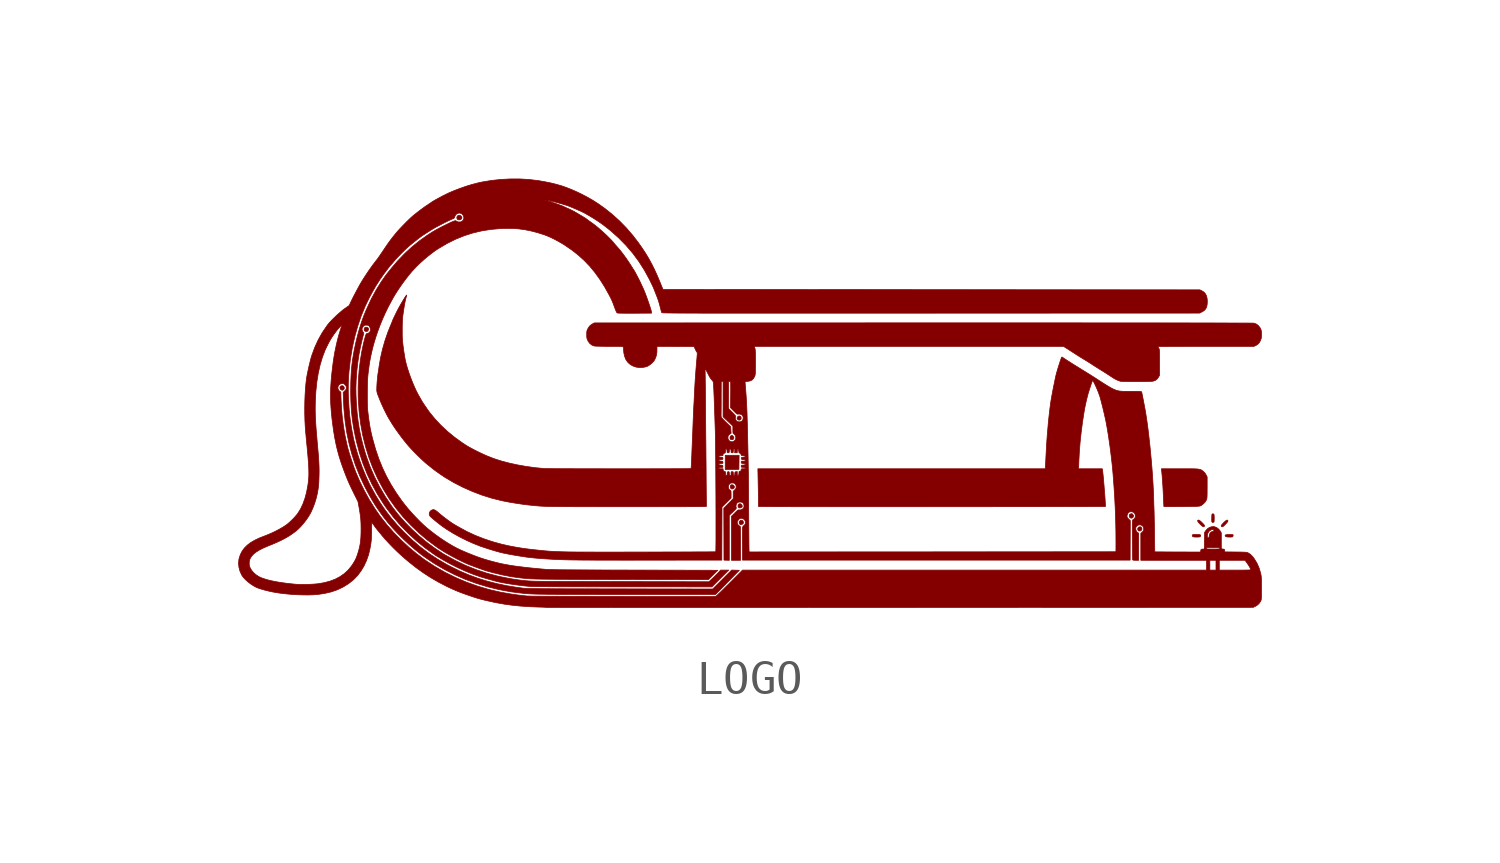
<source format=kicad_sym>
(kicad_symbol_lib
  (version 20220914)
  (generator "bitmap2component")
  (generator_version "9.0")
  (symbol "LOGO"
    (pin_names
      (offset 1.016))
    (property "Reference" "#G"
      (at 0 7.548 0)
      (effects (font (size 1.27 1.27)) hide))
    (symbol "LOGO_0_0"
      (polyline (pts (xy -0.404 -4.388) (xy -0.007 -4.388) (xy 0.4 -4.388) (xy 0.815 -4.388) (xy 1.238 -4.388) (xy 1.67 -4.388) (xy 2.109 -4.387) (xy 2.555 -4.387) (xy 3.007 -4.387) (xy 3.466 -4.387) (xy 3.93 -4.387) (xy 4.399 -4.387) (xy 14.762 -4.384) (xy 14.82 -4.356) (xy 14.864 -4.332) (xy 14.928 -4.277) (xy 14.977 -4.207) (xy 14.981 -4.198) (xy 14.987 -4.185) (xy 14.992 -4.171) (xy 14.995 -4.152) (xy 14.998 -4.128) (xy 14.999 -4.094) (xy 15.001 -4.048) (xy 15.001 -3.989) (xy 15.001 -3.914) (xy 15.001 -3.82) (xy 15.001 -3.746) (xy 15.001 -3.666) (xy 15.001 -3.602) (xy 14.999 -3.551) (xy 14.998 -3.51) (xy 14.995 -3.477) (xy 14.991 -3.447) (xy 14.986 -3.419) (xy 14.979 -3.389) (xy 14.97 -3.355) (xy 14.935 -3.235) (xy 14.873 -3.093) (xy 14.794 -2.963) (xy 14.755 -2.91) (xy 14.71 -2.859) (xy 14.665 -2.82) (xy 14.615 -2.789) (xy 14.613 -2.788) (xy 14.599 -2.781) (xy 14.585 -2.776) (xy 14.568 -2.772) (xy 14.544 -2.769) (xy 14.512 -2.766) (xy 14.469 -2.765) (xy 14.412 -2.763) (xy 14.34 -2.762) (xy 14.248 -2.761) (xy 13.926 -2.758) (xy 13.923 -2.719) (xy 13.922 -2.703) (xy 13.916 -2.687) (xy 13.902 -2.679) (xy 13.872 -2.674) (xy 13.824 -2.669) (xy 13.824 -2.434) (xy 13.824 -2.2) (xy 13.794 -2.149) (xy 13.792 -2.145) (xy 13.748 -2.091) (xy 13.694 -2.049) (xy 13.634 -2.023) (xy 13.601 -2.017) (xy 13.537 -2.021) (xy 13.475 -2.042) (xy 13.418 -2.08) (xy 13.371 -2.132) (xy 13.334 -2.187) (xy 13.333 -2.289) (xy 13.414 -2.289) (xy 13.416 -2.26) (xy 13.433 -2.203) (xy 13.465 -2.154) (xy 13.51 -2.12) (xy 13.54 -2.107) (xy 13.575 -2.099) (xy 13.598 -2.105) (xy 13.606 -2.125) (xy 13.605 -2.134) (xy 13.596 -2.149) (xy 13.571 -2.158) (xy 13.538 -2.169) (xy 13.5 -2.2) (xy 13.476 -2.245) (xy 13.467 -2.301) (xy 13.467 -2.305) (xy 13.465 -2.331) (xy 13.458 -2.342) (xy 13.441 -2.344) (xy 13.429 -2.343) (xy 13.419 -2.337) (xy 13.415 -2.321) (xy 13.414 -2.289) (xy 13.333 -2.289) (xy 13.331 -2.43) (xy 13.328 -2.653) (xy 13.382 -2.653) (xy 13.382 -2.651) (xy 13.383 -2.644) (xy 13.389 -2.639) (xy 13.401 -2.635) (xy 13.424 -2.633) (xy 13.459 -2.632) (xy 13.51 -2.632) (xy 13.579 -2.631) (xy 13.641 -2.632) (xy 13.695 -2.632) (xy 13.738 -2.633) (xy 13.766 -2.635) (xy 13.776 -2.636) (xy 13.777 -2.64) (xy 13.783 -2.657) (xy 13.783 -2.662) (xy 13.78 -2.666) (xy 13.768 -2.67) (xy 13.745 -2.672) (xy 13.709 -2.673) (xy 13.656 -2.674) (xy 13.585 -2.674) (xy 13.562 -2.674) (xy 13.497 -2.674) (xy 13.45 -2.673) (xy 13.418 -2.672) (xy 13.398 -2.67) (xy 13.387 -2.666) (xy 13.383 -2.66) (xy 13.382 -2.653) (xy 13.328 -2.653) (xy 13.328 -2.673) (xy 13.277 -2.676) (xy 13.254 -2.678) (xy 13.235 -2.683) (xy 13.226 -2.696) (xy 13.222 -2.721) (xy 13.217 -2.762) (xy 12.546 -2.76) (xy 12.52 -2.76) (xy 12.404 -2.76) (xy 12.294 -2.759) (xy 12.194 -2.759) (xy 12.104 -2.758) (xy 12.026 -2.758) (xy 11.962 -2.757) (xy 11.914 -2.757) (xy 11.884 -2.756) (xy 11.873 -2.756) (xy 11.873 -2.756) (xy 11.873 -2.741) (xy 11.872 -2.707) (xy 11.871 -2.656) (xy 11.87 -2.591) (xy 11.869 -2.512) (xy 11.867 -2.423) (xy 11.866 -2.326) (xy 11.865 -2.221) (xy 11.865 -2.219) (xy 11.863 -2.11) (xy 11.862 -2.004) (xy 11.86 -1.903) (xy 11.858 -1.811) (xy 11.857 -1.73) (xy 11.855 -1.662) (xy 11.854 -1.61) (xy 11.853 -1.577) (xy 11.853 -1.569) (xy 11.851 -1.519) (xy 11.849 -1.455) (xy 11.846 -1.381) (xy 11.844 -1.303) (xy 11.842 -1.225) (xy 11.838 -1.085) (xy 11.829 -0.898) (xy 11.818 -0.701) (xy 11.805 -0.494) (xy 11.789 -0.282) (xy 11.771 -0.067) (xy 11.751 0.148) (xy 11.73 0.361) (xy 11.707 0.569) (xy 11.684 0.77) (xy 11.66 0.959) (xy 11.635 1.136) (xy 11.61 1.296) (xy 11.586 1.438) (xy 11.577 1.483) (xy 11.563 1.557) (xy 11.549 1.632) (xy 11.535 1.705) (xy 11.521 1.773) (xy 11.51 1.833) (xy 11.5 1.881) (xy 11.493 1.915) (xy 11.489 1.931) (xy 11.488 1.934) (xy 11.483 1.939) (xy 11.474 1.943) (xy 11.457 1.946) (xy 11.43 1.947) (xy 11.391 1.949) (xy 11.337 1.95) (xy 11.267 1.95) (xy 11.178 1.95) (xy 11.167 1.95) (xy 11.082 1.95) (xy 11.009 1.95) (xy 10.945 1.951) (xy 10.889 1.955) (xy 10.837 1.96) (xy 10.789 1.97) (xy 10.741 1.983) (xy 10.692 2.002) (xy 10.639 2.026) (xy 10.581 2.057) (xy 10.516 2.095) (xy 10.441 2.141) (xy 10.353 2.196) (xy 10.252 2.261) (xy 10.136 2.337) (xy 10.081 2.372) (xy 10.016 2.413) (xy 9.953 2.453) (xy 9.898 2.487) (xy 9.855 2.514) (xy 9.853 2.515) (xy 9.766 2.568) (xy 9.678 2.623) (xy 9.591 2.677) (xy 9.507 2.729) (xy 9.428 2.779) (xy 9.357 2.824) (xy 9.296 2.863) (xy 9.246 2.895) (xy 9.21 2.919) (xy 9.191 2.933) (xy 9.165 2.951) (xy 9.15 2.957) (xy 9.141 2.95) (xy 9.136 2.94) (xy 9.125 2.91) (xy 9.11 2.866) (xy 9.091 2.812) (xy 9.072 2.751) (xy 9.051 2.686) (xy 9.031 2.622) (xy 9.013 2.561) (xy 8.998 2.508) (xy 8.986 2.467) (xy 8.986 2.464) (xy 8.972 2.408) (xy 8.956 2.336) (xy 8.938 2.251) (xy 8.919 2.157) (xy 8.899 2.059) (xy 8.88 1.96) (xy 8.862 1.865) (xy 8.846 1.777) (xy 8.833 1.701) (xy 8.823 1.641) (xy 8.822 1.631) (xy 8.804 1.501) (xy 8.786 1.354) (xy 8.768 1.195) (xy 8.751 1.028) (xy 8.736 0.857) (xy 8.721 0.687) (xy 8.709 0.523) (xy 8.699 0.368) (xy 8.698 0.348) (xy 8.695 0.288) (xy 8.691 0.229) (xy 8.689 0.181) (xy 8.687 0.15) (xy 8.684 0.095) (xy 8.681 0.034) (xy 8.678 -0.026) (xy 8.676 -0.07) (xy 8.673 -0.133) (xy 8.669 -0.191) (xy 8.666 -0.237) (xy 8.66 -0.32) (xy 4.446 -0.32) (xy 0.232 -0.32) (xy 0.238 -0.61) (xy 0.239 -0.648) (xy 0.241 -0.75) (xy 0.243 -0.86) (xy 0.245 -0.97) (xy 0.247 -1.074) (xy 0.248 -1.164) (xy 0.25 -1.427) (xy 0.623 -1.43) (xy 0.652 -1.43) (xy 0.715 -1.431) (xy 0.795 -1.431) (xy 0.894 -1.431) (xy 1.009 -1.431) (xy 1.14 -1.431) (xy 1.286 -1.432) (xy 1.447 -1.432) (xy 1.621 -1.432) (xy 1.808 -1.432) (xy 2.007 -1.432) (xy 2.217 -1.432) (xy 2.437 -1.433) (xy 2.667 -1.433) (xy 2.905 -1.433) (xy 3.151 -1.433) (xy 3.405 -1.433) (xy 3.664 -1.433) (xy 3.929 -1.433) (xy 4.199 -1.433) (xy 4.472 -1.433) (xy 4.748 -1.433) (xy 5.027 -1.433) (xy 5.307 -1.432) (xy 5.587 -1.432) (xy 5.867 -1.432) (xy 6.147 -1.432) (xy 6.424 -1.432) (xy 6.699 -1.432) (xy 6.97 -1.432) (xy 7.237 -1.431) (xy 7.498 -1.431) (xy 7.754 -1.431) (xy 8.004 -1.431) (xy 8.245 -1.431) (xy 8.478 -1.431) (xy 8.703 -1.43) (xy 8.917 -1.43) (xy 9.12 -1.43) (xy 9.312 -1.429) (xy 9.491 -1.429) (xy 9.657 -1.429) (xy 9.809 -1.429) (xy 9.947 -1.428) (xy 10.069 -1.428) (xy 10.174 -1.428) (xy 10.262 -1.427) (xy 10.332 -1.427) (xy 10.383 -1.427) (xy 10.414 -1.427) (xy 10.425 -1.426) (xy 10.426 -1.424) (xy 10.426 -1.404) (xy 10.425 -1.367) (xy 10.422 -1.314) (xy 10.418 -1.248) (xy 10.413 -1.172) (xy 10.407 -1.088) (xy 10.4 -0.998) (xy 10.392 -0.905) (xy 10.385 -0.812) (xy 10.377 -0.721) (xy 10.369 -0.633) (xy 10.362 -0.553) (xy 10.355 -0.482) (xy 10.349 -0.423) (xy 10.343 -0.377) (xy 10.339 -0.349) (xy 10.333 -0.32) (xy 9.986 -0.32) (xy 9.639 -0.32) (xy 9.646 -0.104) (xy 9.647 -0.087) (xy 9.661 0.183) (xy 9.684 0.467) (xy 9.716 0.762) (xy 9.755 1.062) (xy 9.802 1.364) (xy 9.806 1.386) (xy 9.821 1.468) (xy 9.84 1.561) (xy 9.861 1.656) (xy 9.883 1.748) (xy 9.903 1.827) (xy 9.91 1.855) (xy 9.925 1.906) (xy 9.943 1.963) (xy 9.962 2.024) (xy 9.982 2.085) (xy 10.001 2.143) (xy 10.018 2.193) (xy 10.033 2.233) (xy 10.043 2.26) (xy 10.048 2.269) (xy 10.05 2.269) (xy 10.063 2.255) (xy 10.082 2.225) (xy 10.105 2.182) (xy 10.131 2.127) (xy 10.159 2.065) (xy 10.188 1.998) (xy 10.216 1.929) (xy 10.241 1.86) (xy 10.264 1.795) (xy 10.266 1.79) (xy 10.278 1.748) (xy 10.293 1.69) (xy 10.312 1.618) (xy 10.333 1.535) (xy 10.355 1.445) (xy 10.378 1.351) (xy 10.4 1.255) (xy 10.421 1.161) (xy 10.428 1.132) (xy 10.449 1.027) (xy 10.471 0.905) (xy 10.494 0.77) (xy 10.517 0.624) (xy 10.54 0.47) (xy 10.562 0.313) (xy 10.582 0.155) (xy 10.601 -0.001) (xy 10.618 -0.151) (xy 10.633 -0.293) (xy 10.65 -0.485) (xy 10.675 -0.818) (xy 10.697 -1.157) (xy 10.714 -1.498) (xy 10.726 -1.834) (xy 10.733 -2.16) (xy 10.735 -2.472) (xy 10.734 -2.754) (xy 5.357 -2.757) (xy -0.021 -2.759) (xy -0.026 -2.735) (xy -0.026 -2.733) (xy -0.027 -2.712) (xy -0.028 -2.671) (xy -0.029 -2.613) (xy -0.03 -2.539) (xy -0.031 -2.45) (xy -0.032 -2.347) (xy -0.033 -2.233) (xy -0.034 -2.109) (xy -0.035 -1.975) (xy -0.036 -1.835) (xy -0.037 -1.689) (xy -0.037 -1.686) (xy -0.038 -1.533) (xy -0.039 -1.38) (xy -0.04 -1.229) (xy -0.041 -1.084) (xy -0.042 -0.945) (xy -0.043 -0.816) (xy -0.044 -0.697) (xy -0.045 -0.591) (xy -0.046 -0.5) (xy -0.047 -0.427) (xy -0.048 -0.373) (xy -0.051 -0.223) (xy -0.055 0.012) (xy -0.06 0.228) (xy -0.064 0.426) (xy -0.068 0.607) (xy -0.071 0.772) (xy -0.075 0.922) (xy -0.079 1.06) (xy -0.083 1.185) (xy -0.086 1.3) (xy -0.09 1.405) (xy -0.095 1.502) (xy -0.099 1.591) (xy -0.103 1.675) (xy -0.108 1.754) (xy -0.113 1.83) (xy -0.119 1.904) (xy -0.124 1.976) (xy -0.125 1.986) (xy -0.131 2.052) (xy -0.135 2.111) (xy -0.139 2.161) (xy -0.142 2.196) (xy -0.143 2.214) (xy -0.142 2.227) (xy -0.134 2.235) (xy -0.115 2.24) (xy -0.079 2.243) (xy -0.057 2.245) (xy 0.009 2.258) (xy 0.06 2.284) (xy 0.101 2.324) (xy 0.134 2.381) (xy 0.136 2.384) (xy 0.142 2.399) (xy 0.147 2.413) (xy 0.151 2.429) (xy 0.154 2.451) (xy 0.157 2.479) (xy 0.158 2.517) (xy 0.159 2.567) (xy 0.159 2.631) (xy 0.16 2.711) (xy 0.16 2.811) (xy 0.16 2.883) (xy 0.16 2.969) (xy 0.159 3.038) (xy 0.158 3.092) (xy 0.157 3.133) (xy 0.155 3.164) (xy 0.152 3.187) (xy 0.149 3.203) (xy 0.144 3.217) (xy 0.138 3.229) (xy 0.117 3.271) (xy 4.655 3.271) (xy 9.194 3.271) (xy 9.291 3.21) (xy 9.328 3.187) (xy 9.386 3.149) (xy 9.447 3.11) (xy 9.502 3.074) (xy 9.522 3.061) (xy 9.578 3.025) (xy 9.643 2.984) (xy 9.711 2.942) (xy 9.774 2.903) (xy 9.797 2.889) (xy 9.864 2.848) (xy 9.935 2.804) (xy 10.001 2.762) (xy 10.056 2.726) (xy 10.063 2.721) (xy 10.123 2.683) (xy 10.191 2.64) (xy 10.261 2.596) (xy 10.324 2.556) (xy 10.332 2.552) (xy 10.397 2.511) (xy 10.468 2.466) (xy 10.537 2.421) (xy 10.595 2.383) (xy 10.636 2.356) (xy 10.698 2.318) (xy 10.753 2.289) (xy 10.806 2.267) (xy 10.862 2.247) (xy 10.875 2.246) (xy 10.908 2.244) (xy 10.958 2.242) (xy 11.021 2.241) (xy 11.094 2.24) (xy 11.176 2.239) (xy 11.262 2.239) (xy 11.351 2.239) (xy 11.44 2.239) (xy 11.525 2.239) (xy 11.604 2.24) (xy 11.675 2.241) (xy 11.734 2.243) (xy 11.779 2.245) (xy 11.807 2.247) (xy 11.823 2.249) (xy 11.889 2.272) (xy 11.943 2.313) (xy 11.984 2.37) (xy 12.013 2.424) (xy 12.013 2.802) (xy 12.013 2.823) (xy 12.013 2.919) (xy 12.012 2.996) (xy 12.012 3.057) (xy 12.011 3.104) (xy 12.009 3.139) (xy 12.007 3.165) (xy 12.004 3.184) (xy 12 3.197) (xy 11.995 3.208) (xy 11.989 3.219) (xy 11.983 3.229) (xy 11.97 3.252) (xy 11.965 3.264) (xy 11.966 3.265) (xy 11.984 3.265) (xy 12.021 3.266) (xy 12.077 3.267) (xy 12.15 3.268) (xy 12.239 3.268) (xy 12.343 3.269) (xy 12.46 3.269) (xy 12.589 3.27) (xy 12.729 3.27) (xy 12.879 3.271) (xy 13.037 3.271) (xy 13.203 3.271) (xy 13.374 3.271) (xy 14.783 3.271) (xy 14.836 3.296) (xy 14.854 3.305) (xy 14.903 3.339) (xy 14.942 3.384) (xy 14.974 3.444) (xy 14.983 3.467) (xy 14.993 3.496) (xy 14.998 3.527) (xy 15.001 3.567) (xy 15.001 3.622) (xy 15.001 3.638) (xy 15.001 3.686) (xy 14.998 3.72) (xy 14.992 3.747) (xy 14.983 3.773) (xy 14.968 3.804) (xy 14.956 3.824) (xy 14.909 3.882) (xy 14.849 3.926) (xy 14.78 3.951) (xy 14.77 3.952) (xy 14.739 3.952) (xy 14.687 3.953) (xy 14.614 3.954) (xy 14.521 3.954) (xy 14.408 3.954) (xy 14.275 3.955) (xy 14.122 3.955) (xy 13.949 3.956) (xy 13.757 3.956) (xy 13.546 3.957) (xy 13.316 3.957) (xy 13.067 3.957) (xy 12.8 3.958) (xy 12.514 3.958) (xy 12.211 3.958) (xy 11.889 3.959) (xy 11.55 3.959) (xy 11.194 3.959) (xy 10.821 3.959) (xy 10.431 3.959) (xy 10.024 3.959) (xy 9.6 3.96) (xy 9.16 3.96) (xy 8.705 3.96) (xy 8.233 3.96) (xy 7.746 3.96) (xy 7.244 3.96) (xy 6.726 3.96) (xy 6.193 3.96) (xy 5.646 3.96) (xy 5.084 3.96) (xy -4.565 3.958) (xy -4.622 3.927) (xy -4.647 3.912) (xy -4.691 3.878) (xy -4.726 3.836) (xy -4.76 3.778) (xy -4.769 3.76) (xy -4.779 3.733) (xy -4.785 3.705) (xy -4.788 3.669) (xy -4.788 3.617) (xy -4.788 3.574) (xy -4.786 3.535) (xy -4.781 3.504) (xy -4.771 3.475) (xy -4.755 3.439) (xy -4.743 3.417) (xy -4.697 3.355) (xy -4.64 3.31) (xy -4.574 3.282) (xy -4.567 3.281) (xy -4.536 3.278) (xy -4.486 3.276) (xy -4.418 3.274) (xy -4.335 3.272) (xy -4.236 3.271) (xy -4.125 3.271) (xy -4.041 3.271) (xy -3.951 3.271) (xy -3.878 3.271) (xy -3.822 3.27) (xy -3.779 3.268) (xy -3.749 3.264) (xy -3.728 3.258) (xy -3.716 3.249) (xy -3.709 3.238) (xy -3.707 3.224) (xy -3.707 3.206) (xy -3.708 3.184) (xy -3.708 3.179) (xy -3.7 3.082) (xy -3.679 2.986) (xy -3.648 2.902) (xy -3.632 2.872) (xy -3.578 2.798) (xy -3.51 2.738) (xy -3.43 2.693) (xy -3.341 2.663) (xy -3.244 2.649) (xy -3.142 2.652) (xy -3.038 2.674) (xy -3.026 2.678) (xy -2.974 2.704) (xy -2.92 2.741) (xy -2.868 2.786) (xy -2.824 2.833) (xy -2.795 2.878) (xy -2.783 2.903) (xy -2.756 2.969) (xy -2.739 3.032) (xy -2.73 3.101) (xy -2.728 3.182) (xy -2.728 3.271) (xy -2.184 3.268) (xy -1.64 3.266) (xy -1.606 3.191) (xy -1.604 3.186) (xy -1.585 3.148) (xy -1.569 3.118) (xy -1.557 3.101) (xy -1.553 3.097) (xy -1.55 3.092) (xy -1.547 3.083) (xy -1.546 3.07) (xy -1.547 3.05) (xy -1.548 3.019) (xy -1.552 2.977) (xy -1.556 2.92) (xy -1.563 2.847) (xy -1.571 2.754) (xy -1.577 2.682) (xy -1.586 2.567) (xy -1.595 2.439) (xy -1.605 2.301) (xy -1.614 2.159) (xy -1.622 2.018) (xy -1.629 1.881) (xy -1.635 1.753) (xy -1.637 1.709) (xy -1.64 1.647) (xy -1.643 1.589) (xy -1.646 1.545) (xy -1.646 1.54) (xy -1.649 1.496) (xy -1.651 1.438) (xy -1.654 1.374) (xy -1.657 1.311) (xy -1.66 1.239) (xy -1.665 1.118) (xy -1.67 0.991) (xy -1.675 0.861) (xy -1.68 0.729) (xy -1.686 0.598) (xy -1.691 0.469) (xy -1.696 0.346) (xy -1.701 0.229) (xy -1.705 0.121) (xy -1.709 0.024) (xy -1.713 -0.059) (xy -1.716 -0.128) (xy -1.718 -0.179) (xy -1.72 -0.212) (xy -1.721 -0.236) (xy -1.724 -0.276) (xy -1.727 -0.304) (xy -1.729 -0.315) (xy -1.73 -0.315) (xy -1.749 -0.316) (xy -1.788 -0.316) (xy -1.844 -0.317) (xy -1.918 -0.317) (xy -2.008 -0.318) (xy -2.113 -0.318) (xy -2.231 -0.318) (xy -2.361 -0.319) (xy -2.502 -0.319) (xy -2.653 -0.319) (xy -2.813 -0.319) (xy -2.98 -0.32) (xy -3.153 -0.32) (xy -3.331 -0.32) (xy -3.513 -0.32) (xy -3.697 -0.32) (xy -3.882 -0.32) (xy -4.067 -0.32) (xy -4.251 -0.32) (xy -4.433 -0.319) (xy -4.611 -0.319) (xy -4.784 -0.319) (xy -4.95 -0.319) (xy -5.109 -0.319) (xy -5.26 -0.318) (xy -5.401 -0.318) (xy -5.531 -0.318) (xy -5.648 -0.317) (xy -5.752 -0.317) (xy -5.841 -0.316) (xy -5.914 -0.316) (xy -5.97 -0.315) (xy -6.007 -0.315) (xy -6.025 -0.314) (xy -6.035 -0.313) (xy -6.306 -0.287) (xy -6.569 -0.25) (xy -6.824 -0.205) (xy -7.067 -0.152) (xy -7.296 -0.091) (xy -7.51 -0.022) (xy -7.705 0.054) (xy -7.809 0.1) (xy -7.927 0.155) (xy -8.043 0.212) (xy -8.154 0.27) (xy -8.254 0.325) (xy -8.338 0.376) (xy -8.443 0.445) (xy -8.662 0.603) (xy -8.869 0.773) (xy -9.063 0.954) (xy -9.24 1.143) (xy -9.399 1.337) (xy -9.41 1.353) (xy -9.436 1.389) (xy -9.467 1.433) (xy -9.5 1.482) (xy -9.535 1.532) (xy -9.568 1.581) (xy -9.597 1.626) (xy -9.621 1.662) (xy -9.636 1.688) (xy -9.642 1.699) (xy -9.643 1.702) (xy -9.652 1.719) (xy -9.669 1.749) (xy -9.691 1.785) (xy -9.732 1.858) (xy -9.789 1.969) (xy -9.846 2.093) (xy -9.902 2.227) (xy -9.956 2.365) (xy -10.005 2.504) (xy -10.049 2.64) (xy -10.085 2.768) (xy -10.112 2.883) (xy -10.122 2.937) (xy -10.136 3.022) (xy -10.151 3.117) (xy -10.165 3.215) (xy -10.177 3.31) (xy -10.187 3.397) (xy -10.193 3.468) (xy -10.195 3.498) (xy -10.198 3.57) (xy -10.199 3.653) (xy -10.199 3.743) (xy -10.199 3.835) (xy -10.197 3.925) (xy -10.194 4.008) (xy -10.19 4.08) (xy -10.185 4.134) (xy -10.18 4.181) (xy -10.167 4.272) (xy -10.153 4.366) (xy -10.138 4.457) (xy -10.123 4.541) (xy -10.108 4.614) (xy -10.095 4.669) (xy -10.088 4.695) (xy -10.078 4.733) (xy -10.071 4.76) (xy -10.068 4.771) (xy -10.071 4.774) (xy -10.082 4.763) (xy -10.101 4.736) (xy -10.129 4.694) (xy -10.162 4.64) (xy -10.201 4.574) (xy -10.245 4.499) (xy -10.292 4.416) (xy -10.296 4.409) (xy -10.318 4.369) (xy -10.343 4.32) (xy -10.37 4.266) (xy -10.398 4.21) (xy -10.424 4.155) (xy -10.448 4.106) (xy -10.467 4.065) (xy -10.479 4.036) (xy -10.484 4.022) (xy -10.487 4.013) (xy -10.497 3.988) (xy -10.513 3.949) (xy -10.533 3.9) (xy -10.557 3.843) (xy -10.622 3.681) (xy -10.706 3.436) (xy -10.778 3.184) (xy -10.836 2.932) (xy -10.878 2.685) (xy -10.88 2.671) (xy -10.888 2.609) (xy -10.897 2.551) (xy -10.905 2.501) (xy -10.91 2.467) (xy -10.913 2.451) (xy -10.919 2.4) (xy -10.926 2.338) (xy -10.932 2.268) (xy -10.938 2.196) (xy -10.942 2.126) (xy -10.945 2.063) (xy -10.946 2.012) (xy -10.946 1.977) (xy -10.943 1.952) (xy -10.933 1.905) (xy -10.921 1.865) (xy -10.909 1.837) (xy -10.892 1.794) (xy -10.872 1.742) (xy -10.851 1.689) (xy -10.829 1.636) (xy -10.799 1.568) (xy -10.764 1.492) (xy -10.727 1.413) (xy -10.688 1.335) (xy -10.652 1.264) (xy -10.619 1.202) (xy -10.592 1.156) (xy -10.58 1.136) (xy -10.554 1.093) (xy -10.531 1.055) (xy -10.517 1.031) (xy -10.458 0.939) (xy -10.389 0.837) (xy -10.312 0.73) (xy -10.232 0.621) (xy -10.15 0.515) (xy -10.071 0.417) (xy -9.997 0.33) (xy -9.964 0.294) (xy -9.897 0.222) (xy -9.822 0.145) (xy -9.744 0.067) (xy -9.666 -0.009) (xy -9.592 -0.078) (xy -9.525 -0.139) (xy -9.468 -0.186) (xy -9.442 -0.207) (xy -9.393 -0.246) (xy -9.347 -0.284) (xy -9.309 -0.315) (xy -9.287 -0.332) (xy -9.23 -0.375) (xy -9.162 -0.424) (xy -9.09 -0.475) (xy -9.017 -0.524) (xy -8.95 -0.569) (xy -8.948 -0.57) (xy -8.69 -0.723) (xy -8.419 -0.862) (xy -8.139 -0.986) (xy -7.853 -1.095) (xy -7.564 -1.185) (xy -7.277 -1.256) (xy -7.165 -1.279) (xy -7.01 -1.308) (xy -6.846 -1.334) (xy -6.681 -1.359) (xy -6.522 -1.379) (xy -6.377 -1.395) (xy -6.368 -1.396) (xy -6.324 -1.4) (xy -6.283 -1.404) (xy -6.242 -1.407) (xy -6.202 -1.411) (xy -6.16 -1.414) (xy -6.116 -1.416) (xy -6.07 -1.419) (xy -6.02 -1.421) (xy -5.964 -1.423) (xy -5.904 -1.424) (xy -5.836 -1.426) (xy -5.76 -1.427) (xy -5.676 -1.428) (xy -5.582 -1.429) (xy -5.478 -1.43) (xy -5.361 -1.431) (xy -5.233 -1.431) (xy -5.09 -1.432) (xy -4.934 -1.432) (xy -4.761 -1.432) (xy -4.572 -1.432) (xy -4.366 -1.433) (xy -4.141 -1.433) (xy -3.897 -1.433) (xy -3.633 -1.433) (xy -3.626 -1.433) (xy -3.406 -1.433) (xy -3.192 -1.433) (xy -2.984 -1.433) (xy -2.783 -1.433) (xy -2.591 -1.432) (xy -2.409 -1.432) (xy -2.237 -1.432) (xy -2.076 -1.432) (xy -1.928 -1.432) (xy -1.793 -1.431) (xy -1.673 -1.431) (xy -1.568 -1.431) (xy -1.479 -1.43) (xy -1.408 -1.43) (xy -1.355 -1.43) (xy -1.321 -1.429) (xy -1.308 -1.429) (xy -1.278 -1.425) (xy -1.284 -0.71) (xy -1.285 -0.601) (xy -1.286 -0.455) (xy -1.287 -0.306) (xy -1.288 -0.155) (xy -1.29 -0.008) (xy -1.291 0.133) (xy -1.292 0.264) (xy -1.293 0.381) (xy -1.294 0.479) (xy -1.294 0.49) (xy -1.296 0.588) (xy -1.297 0.704) (xy -1.298 0.834) (xy -1.299 0.974) (xy -1.301 1.121) (xy -1.302 1.273) (xy -1.303 1.425) (xy -1.304 1.573) (xy -1.305 1.716) (xy -1.306 1.809) (xy -1.307 1.933) (xy -1.308 2.051) (xy -1.31 2.16) (xy -1.311 2.26) (xy -1.312 2.348) (xy -1.313 2.423) (xy -1.314 2.481) (xy -1.315 2.522) (xy -1.316 2.544) (xy -1.318 2.575) (xy -1.316 2.601) (xy -1.312 2.61) (xy -1.309 2.608) (xy -1.298 2.592) (xy -1.28 2.561) (xy -1.258 2.519) (xy -1.233 2.469) (xy -1.225 2.454) (xy -1.185 2.378) (xy -1.15 2.323) (xy -1.12 2.287) (xy -1.103 2.269) (xy -1.085 2.245) (xy -1.076 2.219) (xy -1.071 2.18) (xy -1.071 2.174) (xy -1.068 2.133) (xy -1.065 2.074) (xy -1.061 1.997) (xy -1.057 1.905) (xy -1.052 1.8) (xy -1.048 1.683) (xy -1.043 1.557) (xy -1.038 1.423) (xy -1.034 1.284) (xy -1.034 1.283) (xy -1.032 1.241) (xy -0.847 1.241) (xy -0.847 1.253) (xy -0.846 1.285) (xy -0.846 1.335) (xy -0.845 1.399) (xy -0.845 1.476) (xy -0.844 1.563) (xy -0.844 1.659) (xy -0.844 1.759) (xy -0.842 2.245) (xy -0.815 2.245) (xy -0.788 2.245) (xy -0.788 1.726) (xy -0.788 1.445) (xy -0.629 1.445) (xy -0.629 1.84) (xy -0.629 2.235) (xy -0.602 2.24) (xy -0.583 2.241) (xy -0.569 2.235) (xy -0.567 2.225) (xy -0.566 2.195) (xy -0.566 2.149) (xy -0.565 2.089) (xy -0.565 2.017) (xy -0.565 1.936) (xy -0.566 1.848) (xy -0.57 1.471) (xy -0.474 1.374) (xy -0.441 1.341) (xy -0.411 1.312) (xy -0.389 1.294) (xy -0.373 1.285) (xy -0.358 1.282) (xy -0.343 1.284) (xy -0.311 1.286) (xy -0.266 1.276) (xy -0.229 1.251) (xy -0.205 1.215) (xy -0.197 1.172) (xy -0.206 1.126) (xy -0.207 1.124) (xy -0.225 1.094) (xy -0.246 1.072) (xy -0.266 1.062) (xy -0.308 1.055) (xy -0.351 1.06) (xy -0.387 1.076) (xy -0.415 1.11) (xy -0.43 1.155) (xy -0.427 1.2) (xy -0.426 1.204) (xy -0.424 1.217) (xy -0.426 1.23) (xy -0.435 1.246) (xy -0.453 1.267) (xy -0.481 1.297) (xy -0.523 1.339) (xy -0.629 1.445) (xy -0.788 1.445) (xy -0.788 1.206) (xy -0.645 1.069) (xy -0.501 0.932) (xy -0.501 0.825) (xy -0.501 0.806) (xy -0.5 0.763) (xy -0.498 0.736) (xy -0.494 0.72) (xy -0.486 0.71) (xy -0.473 0.703) (xy -0.446 0.681) (xy -0.423 0.64) (xy -0.415 0.589) (xy -0.419 0.556) (xy -0.44 0.515) (xy -0.48 0.485) (xy -0.502 0.475) (xy -0.545 0.471) (xy -0.587 0.487) (xy -0.605 0.5) (xy -0.635 0.537) (xy -0.648 0.581) (xy -0.644 0.626) (xy -0.623 0.667) (xy -0.586 0.7) (xy -0.553 0.719) (xy -0.56 0.815) (xy -0.566 0.911) (xy -0.698 1.039) (xy -0.732 1.072) (xy -0.772 1.113) (xy -0.805 1.148) (xy -0.828 1.174) (xy -0.839 1.188) (xy -0.845 1.21) (xy -0.847 1.241) (xy -1.032 1.241) (xy -1.031 1.193) (xy -1.028 1.101) (xy -1.025 1.012) (xy -1.022 0.931) (xy -1.02 0.862) (xy -1.018 0.81) (xy -1.017 0.794) (xy -1.016 0.73) (xy -1.014 0.65) (xy -1.012 0.555) (xy -1.011 0.447) (xy -1.009 0.326) (xy -1.008 0.195) (xy -1.006 0.054) (xy -1.005 -0.096) (xy -1.004 -0.184) (xy -0.915 -0.184) (xy -0.914 -0.175) (xy -0.905 -0.171) (xy -0.883 -0.168) (xy -0.845 -0.166) (xy -0.82 -0.165) (xy -0.798 -0.159) (xy -0.791 -0.147) (xy -0.794 -0.124) (xy -0.797 -0.116) (xy -0.805 -0.103) (xy -0.823 -0.097) (xy -0.856 -0.094) (xy -0.885 -0.091) (xy -0.906 -0.084) (xy -0.914 -0.072) (xy -0.915 -0.067) (xy -0.909 -0.059) (xy -0.891 -0.054) (xy -0.856 -0.051) (xy -0.851 -0.051) (xy -0.818 -0.048) (xy -0.801 -0.044) (xy -0.795 -0.034) (xy -0.794 -0.016) (xy -0.794 -0.013) (xy -0.795 0.004) (xy -0.802 0.013) (xy -0.821 0.017) (xy -0.856 0.019) (xy -0.873 0.02) (xy -0.9 0.024) (xy -0.913 0.03) (xy -0.914 0.041) (xy -0.914 0.041) (xy -0.906 0.052) (xy -0.886 0.059) (xy -0.85 0.062) (xy -0.847 0.062) (xy -0.814 0.064) (xy -0.796 0.069) (xy -0.789 0.079) (xy -0.788 0.096) (xy -0.787 0.111) (xy -0.778 0.127) (xy -0.754 0.136) (xy -0.754 0.136) (xy -0.734 0.143) (xy -0.724 0.152) (xy -0.719 0.172) (xy -0.716 0.206) (xy -0.715 0.223) (xy -0.711 0.251) (xy -0.705 0.263) (xy -0.695 0.264) (xy -0.685 0.259) (xy -0.677 0.24) (xy -0.673 0.205) (xy -0.671 0.177) (xy -0.667 0.158) (xy -0.657 0.151) (xy -0.639 0.149) (xy -0.624 0.15) (xy -0.613 0.156) (xy -0.608 0.173) (xy -0.605 0.205) (xy -0.604 0.218) (xy -0.601 0.246) (xy -0.594 0.258) (xy -0.581 0.261) (xy -0.576 0.261) (xy -0.565 0.255) (xy -0.559 0.238) (xy -0.556 0.205) (xy -0.554 0.177) (xy -0.55 0.158) (xy -0.54 0.151) (xy -0.522 0.149) (xy -0.507 0.15) (xy -0.496 0.156) (xy -0.491 0.173) (xy -0.488 0.205) (xy -0.487 0.218) (xy -0.483 0.246) (xy -0.476 0.258) (xy -0.464 0.261) (xy -0.456 0.261) (xy -0.447 0.255) (xy -0.445 0.238) (xy -0.446 0.205) (xy -0.449 0.149) (xy -0.411 0.149) (xy -0.374 0.149) (xy -0.371 0.205) (xy -0.368 0.233) (xy -0.362 0.255) (xy -0.352 0.261) (xy -0.344 0.258) (xy -0.336 0.239) (xy -0.33 0.203) (xy -0.328 0.183) (xy -0.323 0.158) (xy -0.314 0.145) (xy -0.298 0.139) (xy -0.277 0.128) (xy -0.262 0.098) (xy -0.258 0.086) (xy -0.249 0.071) (xy -0.232 0.065) (xy -0.202 0.064) (xy -0.196 0.064) (xy -0.16 0.059) (xy -0.139 0.048) (xy -0.139 0.048) (xy -0.132 0.036) (xy -0.139 0.028) (xy -0.161 0.023) (xy -0.202 0.019) (xy -0.219 0.018) (xy -0.24 0.014) (xy -0.249 0.004) (xy -0.25 -0.016) (xy -0.25 -0.033) (xy -0.244 -0.043) (xy -0.227 -0.049) (xy -0.194 -0.051) (xy -0.183 -0.052) (xy -0.155 -0.056) (xy -0.142 -0.062) (xy -0.139 -0.075) (xy -0.139 -0.082) (xy -0.145 -0.091) (xy -0.163 -0.095) (xy -0.197 -0.096) (xy -0.197 -0.096) (xy -0.231 -0.096) (xy -0.248 -0.1) (xy -0.255 -0.109) (xy -0.256 -0.127) (xy -0.255 -0.139) (xy -0.251 -0.153) (xy -0.236 -0.16) (xy -0.205 -0.165) (xy -0.185 -0.168) (xy -0.152 -0.174) (xy -0.135 -0.179) (xy -0.132 -0.187) (xy -0.139 -0.197) (xy -0.14 -0.199) (xy -0.164 -0.209) (xy -0.204 -0.213) (xy -0.228 -0.213) (xy -0.247 -0.216) (xy -0.255 -0.226) (xy -0.256 -0.245) (xy -0.255 -0.26) (xy -0.25 -0.272) (xy -0.235 -0.276) (xy -0.204 -0.277) (xy -0.191 -0.277) (xy -0.158 -0.282) (xy -0.14 -0.291) (xy -0.133 -0.302) (xy -0.137 -0.312) (xy -0.159 -0.318) (xy -0.199 -0.32) (xy -0.215 -0.32) (xy -0.241 -0.322) (xy -0.253 -0.328) (xy -0.256 -0.34) (xy -0.257 -0.36) (xy -0.27 -0.386) (xy -0.294 -0.394) (xy -0.311 -0.397) (xy -0.321 -0.407) (xy -0.321 -0.416) (xy -0.324 -0.45) (xy -0.329 -0.483) (xy -0.333 -0.509) (xy -0.336 -0.52) (xy -0.34 -0.522) (xy -0.356 -0.518) (xy -0.363 -0.514) (xy -0.371 -0.494) (xy -0.373 -0.458) (xy -0.373 -0.403) (xy -0.407 -0.407) (xy -0.426 -0.409) (xy -0.438 -0.417) (xy -0.443 -0.434) (xy -0.445 -0.467) (xy -0.446 -0.476) (xy -0.45 -0.505) (xy -0.456 -0.518) (xy -0.467 -0.52) (xy -0.477 -0.514) (xy -0.484 -0.496) (xy -0.488 -0.461) (xy -0.49 -0.432) (xy -0.494 -0.413) (xy -0.504 -0.406) (xy -0.523 -0.405) (xy -0.531 -0.405) (xy -0.547 -0.408) (xy -0.553 -0.422) (xy -0.555 -0.45) (xy -0.556 -0.461) (xy -0.556 -0.489) (xy -0.555 -0.504) (xy -0.557 -0.509) (xy -0.571 -0.518) (xy -0.574 -0.519) (xy -0.592 -0.516) (xy -0.603 -0.492) (xy -0.607 -0.449) (xy -0.607 -0.435) (xy -0.61 -0.414) (xy -0.618 -0.406) (xy -0.637 -0.407) (xy -0.649 -0.409) (xy -0.661 -0.416) (xy -0.666 -0.433) (xy -0.669 -0.466) (xy -0.67 -0.476) (xy -0.673 -0.505) (xy -0.68 -0.518) (xy -0.693 -0.522) (xy -0.699 -0.521) (xy -0.708 -0.514) (xy -0.713 -0.496) (xy -0.716 -0.461) (xy -0.718 -0.427) (xy -0.723 -0.407) (xy -0.733 -0.399) (xy -0.751 -0.394) (xy -0.766 -0.391) (xy -0.781 -0.379) (xy -0.786 -0.354) (xy -0.79 -0.32) (xy -0.854 -0.32) (xy -0.879 -0.319) (xy -0.903 -0.317) (xy -0.913 -0.311) (xy -0.914 -0.301) (xy -0.914 -0.299) (xy -0.906 -0.289) (xy -0.887 -0.283) (xy -0.852 -0.281) (xy -0.82 -0.28) (xy -0.802 -0.276) (xy -0.795 -0.267) (xy -0.794 -0.249) (xy -0.795 -0.233) (xy -0.801 -0.222) (xy -0.819 -0.217) (xy -0.852 -0.213) (xy -0.886 -0.208) (xy -0.906 -0.201) (xy -0.914 -0.189) (xy -0.915 -0.184) (xy -1.004 -0.184) (xy -1.004 -0.252) (xy -1.003 -0.414) (xy -1.002 -0.58) (xy -1.001 -0.748) (xy -1 -0.919) (xy -0.999 -1.089) (xy -0.998 -1.258) (xy -0.998 -1.425) (xy -0.997 -1.588) (xy -0.997 -1.746) (xy -0.997 -1.897) (xy -0.997 -2.041) (xy -0.997 -2.175) (xy -0.997 -2.298) (xy -0.997 -2.41) (xy -0.998 -2.508) (xy -0.999 -2.592) (xy -1 -2.66) (xy -1.001 -2.71) (xy -1.002 -2.742) (xy -1.003 -2.754) (xy -1.009 -2.754) (xy -1.034 -2.755) (xy -1.08 -2.756) (xy -1.143 -2.756) (xy -1.225 -2.757) (xy -1.323 -2.757) (xy -1.436 -2.758) (xy -1.565 -2.758) (xy -1.706 -2.759) (xy -1.861 -2.759) (xy -2.027 -2.76) (xy -2.204 -2.76) (xy -2.39 -2.76) (xy -2.586 -2.761) (xy -2.788 -2.761) (xy -2.998 -2.762) (xy -3.213 -2.762) (xy -3.219 -2.762) (xy -3.486 -2.762) (xy -3.733 -2.763) (xy -3.961 -2.763) (xy -4.17 -2.763) (xy -4.362 -2.763) (xy -4.538 -2.763) (xy -4.699 -2.762) (xy -4.845 -2.762) (xy -4.979 -2.761) (xy -5.099 -2.761) (xy -5.209 -2.76) (xy -5.308 -2.759) (xy -5.398 -2.757) (xy -5.48 -2.755) (xy -5.554 -2.753) (xy -5.623 -2.751) (xy -5.686 -2.749) (xy -5.745 -2.746) (xy -5.8 -2.743) (xy -5.853 -2.739) (xy -5.905 -2.736) (xy -5.957 -2.731) (xy -6.01 -2.727) (xy -6.064 -2.722) (xy -6.121 -2.716) (xy -6.142 -2.714) (xy -6.352 -2.692) (xy -6.544 -2.669) (xy -6.725 -2.643) (xy -6.896 -2.614) (xy -7.064 -2.582) (xy -7.285 -2.532) (xy -7.552 -2.458) (xy -7.812 -2.371) (xy -8.063 -2.272) (xy -8.3 -2.162) (xy -8.521 -2.042) (xy -8.533 -2.035) (xy -8.584 -2.006) (xy -8.632 -1.978) (xy -8.671 -1.955) (xy -8.696 -1.94) (xy -8.731 -1.919) (xy -8.781 -1.884) (xy -8.841 -1.841) (xy -8.906 -1.793) (xy -8.973 -1.742) (xy -9.036 -1.692) (xy -9.094 -1.645) (xy -9.141 -1.605) (xy -9.178 -1.573) (xy -9.221 -1.542) (xy -9.256 -1.524) (xy -9.287 -1.518) (xy -9.318 -1.524) (xy -9.321 -1.525) (xy -9.362 -1.549) (xy -9.391 -1.584) (xy -9.406 -1.625) (xy -9.405 -1.668) (xy -9.386 -1.708) (xy -9.375 -1.72) (xy -9.347 -1.747) (xy -9.306 -1.782) (xy -9.257 -1.824) (xy -9.202 -1.869) (xy -9.145 -1.915) (xy -9.088 -1.959) (xy -9.035 -1.999) (xy -8.895 -2.096) (xy -8.714 -2.208) (xy -8.521 -2.316) (xy -8.32 -2.417) (xy -8.115 -2.509) (xy -7.911 -2.59) (xy -7.714 -2.656) (xy -7.671 -2.67) (xy -7.572 -2.7) (xy -7.489 -2.725) (xy -7.418 -2.746) (xy -7.355 -2.763) (xy -7.298 -2.778) (xy -7.242 -2.791) (xy -7.185 -2.803) (xy -7.122 -2.815) (xy -7.051 -2.829) (xy -6.968 -2.844) (xy -6.928 -2.851) (xy -6.791 -2.874) (xy -6.666 -2.894) (xy -6.549 -2.911) (xy -6.435 -2.925) (xy -6.319 -2.937) (xy -6.197 -2.948) (xy -6.063 -2.958) (xy -5.912 -2.968) (xy -5.901 -2.968) (xy -5.836 -2.972) (xy -5.772 -2.976) (xy -5.709 -2.979) (xy -5.646 -2.982) (xy -5.582 -2.984) (xy -5.514 -2.987) (xy -5.444 -2.989) (xy -5.369 -2.991) (xy -5.288 -2.993) (xy -5.201 -2.994) (xy -5.106 -2.995) (xy -5.002 -2.997) (xy -4.888 -2.998) (xy -4.764 -2.998) (xy -4.628 -2.999) (xy -4.478 -3) (xy -4.315 -3) (xy -4.137 -3) (xy -3.942 -3) (xy -3.731 -3.001) (xy -3.501 -3.001) (xy -3.252 -3) (xy -2.983 -3) (xy -0.826 -2.999) (xy -0.823 -2.221) (xy -0.82 -1.442) (xy -0.687 -1.311) (xy -0.554 -1.179) (xy -0.554 -1.071) (xy -0.554 -1.053) (xy -0.555 -1.01) (xy -0.556 -0.982) (xy -0.561 -0.966) (xy -0.568 -0.957) (xy -0.58 -0.95) (xy -0.611 -0.926) (xy -0.63 -0.89) (xy -0.635 -0.847) (xy -0.625 -0.804) (xy -0.6 -0.765) (xy -0.58 -0.747) (xy -0.555 -0.738) (xy -0.519 -0.735) (xy -0.486 -0.737) (xy -0.46 -0.746) (xy -0.436 -0.766) (xy -0.419 -0.786) (xy -0.408 -0.812) (xy -0.405 -0.848) (xy -0.405 -0.864) (xy -0.409 -0.89) (xy -0.422 -0.912) (xy -0.448 -0.939) (xy -0.49 -0.979) (xy -0.49 -1.088) (xy -0.49 -1.197) (xy -0.629 -1.337) (xy -0.767 -1.477) (xy -0.764 -2.238) (xy -0.762 -2.999) (xy -0.685 -3.002) (xy -0.607 -3.005) (xy -0.607 -2.345) (xy -0.607 -1.685) (xy -0.5 -1.584) (xy -0.492 -1.576) (xy -0.452 -1.538) (xy -0.425 -1.511) (xy -0.409 -1.492) (xy -0.402 -1.478) (xy -0.401 -1.466) (xy -0.405 -1.454) (xy -0.411 -1.425) (xy -0.406 -1.379) (xy -0.387 -1.335) (xy -0.361 -1.311) (xy -0.323 -1.296) (xy -0.279 -1.294) (xy -0.237 -1.303) (xy -0.203 -1.326) (xy -0.198 -1.331) (xy -0.179 -1.37) (xy -0.173 -1.416) (xy -0.181 -1.459) (xy -0.202 -1.488) (xy -0.237 -1.512) (xy -0.278 -1.527) (xy -0.317 -1.528) (xy -0.328 -1.526) (xy -0.342 -1.528) (xy -0.357 -1.535) (xy -0.378 -1.551) (xy -0.406 -1.578) (xy -0.447 -1.618) (xy -0.543 -1.715) (xy -0.543 -2.36) (xy -0.543 -3.004) (xy -0.41 -3.004) (xy -0.277 -3.004) (xy -0.277 -2.504) (xy -0.277 -2.425) (xy -0.277 -2.321) (xy -0.278 -2.236) (xy -0.278 -2.167) (xy -0.279 -2.113) (xy -0.28 -2.072) (xy -0.282 -2.042) (xy -0.284 -2.022) (xy -0.287 -2.01) (xy -0.29 -2.005) (xy -0.294 -2.003) (xy -0.299 -2.002) (xy -0.319 -1.99) (xy -0.342 -1.97) (xy -0.365 -1.938) (xy -0.375 -1.896) (xy -0.364 -1.853) (xy -0.332 -1.81) (xy -0.315 -1.794) (xy -0.284 -1.774) (xy -0.254 -1.77) (xy -0.216 -1.78) (xy -0.182 -1.798) (xy -0.149 -1.832) (xy -0.132 -1.872) (xy -0.131 -1.914) (xy -0.147 -1.954) (xy -0.181 -1.987) (xy -0.203 -2.007) (xy -0.218 -2.04) (xy -0.219 -2.048) (xy -0.22 -2.077) (xy -0.221 -2.124) (xy -0.221 -2.185) (xy -0.222 -2.26) (xy -0.222 -2.344) (xy -0.222 -2.437) (xy -0.221 -2.536) (xy -0.218 -2.999) (xy 5.466 -2.999) (xy 11.15 -2.999) (xy 11.152 -2.419) (xy 11.155 -1.839) (xy 11.107 -1.795) (xy 11.092 -1.78) (xy 11.071 -1.756) (xy 11.062 -1.735) (xy 11.059 -1.709) (xy 11.061 -1.69) (xy 11.075 -1.645) (xy 11.099 -1.609) (xy 11.131 -1.586) (xy 11.144 -1.582) (xy 11.189 -1.579) (xy 11.235 -1.59) (xy 11.27 -1.612) (xy 11.271 -1.613) (xy 11.292 -1.646) (xy 11.302 -1.691) (xy 11.302 -1.694) (xy 11.303 -1.728) (xy 11.296 -1.752) (xy 11.278 -1.776) (xy 11.273 -1.783) (xy 11.25 -1.804) (xy 11.231 -1.816) (xy 11.227 -1.818) (xy 11.224 -1.823) (xy 11.221 -1.833) (xy 11.219 -1.849) (xy 11.217 -1.872) (xy 11.216 -1.905) (xy 11.215 -1.95) (xy 11.215 -2.007) (xy 11.215 -2.079) (xy 11.215 -2.168) (xy 11.216 -2.274) (xy 11.217 -2.4) (xy 11.217 -2.459) (xy 11.218 -2.565) (xy 11.219 -2.664) (xy 11.22 -2.753) (xy 11.221 -2.832) (xy 11.222 -2.897) (xy 11.223 -2.946) (xy 11.224 -2.978) (xy 11.225 -2.991) (xy 11.236 -2.999) (xy 11.265 -3.003) (xy 11.315 -3.004) (xy 11.4 -3.004) (xy 11.4 -2.607) (xy 11.4 -2.209) (xy 11.375 -2.196) (xy 11.345 -2.169) (xy 11.323 -2.128) (xy 11.315 -2.078) (xy 11.315 -2.063) (xy 11.323 -2.031) (xy 11.345 -2.003) (xy 11.386 -1.973) (xy 11.431 -1.962) (xy 11.476 -1.972) (xy 11.519 -2.003) (xy 11.535 -2.022) (xy 11.546 -2.048) (xy 11.549 -2.084) (xy 11.549 -2.1) (xy 11.545 -2.126) (xy 11.532 -2.148) (xy 11.507 -2.175) (xy 11.464 -2.215) (xy 11.464 -2.61) (xy 11.464 -3.004) (xy 12.428 -3.004) (xy 13.393 -3.004) (xy 13.393 -3.148) (xy 13.488 -3.148) (xy 13.488 -3.004) (xy 13.579 -3.004) (xy 13.669 -3.004) (xy 13.669 -3.148) (xy 13.765 -3.148) (xy 13.765 -3.004) (xy 14.142 -3.004) (xy 14.519 -3.004) (xy 14.561 -3.06) (xy 14.565 -3.065) (xy 14.593 -3.105) (xy 14.622 -3.149) (xy 14.649 -3.192) (xy 14.671 -3.231) (xy 14.687 -3.261) (xy 14.692 -3.278) (xy 14.689 -3.282) (xy 14.677 -3.284) (xy 14.656 -3.287) (xy 14.623 -3.289) (xy 14.577 -3.29) (xy 14.516 -3.291) (xy 14.439 -3.292) (xy 14.344 -3.292) (xy 14.229 -3.292) (xy 13.765 -3.292) (xy 13.765 -3.148) (xy 13.669 -3.148) (xy 13.669 -3.292) (xy 13.579 -3.292) (xy 13.488 -3.292) (xy 13.488 -3.148) (xy 13.393 -3.148) (xy 13.393 -3.292) (xy 6.587 -3.292) (xy -0.219 -3.292) (xy -0.602 -3.676) (xy -0.621 -3.696) (xy -0.696 -3.769) (xy -0.765 -3.838) (xy -0.829 -3.901) (xy -0.885 -3.955) (xy -0.933 -4) (xy -0.97 -4.035) (xy -0.995 -4.057) (xy -1.006 -4.065) (xy -1.01 -4.066) (xy -1.033 -4.066) (xy -1.076 -4.066) (xy -1.137 -4.067) (xy -1.217 -4.067) (xy -1.314 -4.067) (xy -1.428 -4.067) (xy -1.557 -4.068) (xy -1.7 -4.068) (xy -1.857 -4.068) (xy -2.027 -4.068) (xy -2.209 -4.068) (xy -2.401 -4.068) (xy -2.604 -4.068) (xy -2.815 -4.068) (xy -3.035 -4.067) (xy -3.262 -4.067) (xy -3.495 -4.067) (xy -3.734 -4.066) (xy -3.9 -4.066) (xy -4.206 -4.066) (xy -4.492 -4.065) (xy -4.758 -4.064) (xy -5.003 -4.064) (xy -5.23 -4.063) (xy -5.436 -4.062) (xy -5.625 -4.061) (xy -5.794 -4.061) (xy -5.946 -4.06) (xy -6.08 -4.059) (xy -6.197 -4.058) (xy -6.297 -4.057) (xy -6.381 -4.056) (xy -6.448 -4.054) (xy -6.5 -4.053) (xy -6.536 -4.052) (xy -6.558 -4.05) (xy -6.576 -4.048) (xy -6.635 -4.042) (xy -6.706 -4.034) (xy -6.78 -4.025) (xy -6.851 -4.016) (xy -6.955 -4.002) (xy -7.304 -3.942) (xy -7.647 -3.863) (xy -7.983 -3.764) (xy -8.312 -3.647) (xy -8.631 -3.512) (xy -8.941 -3.359) (xy -9.239 -3.188) (xy -9.525 -3.001) (xy -9.55 -2.984) (xy -9.782 -2.809) (xy -10.011 -2.617) (xy -10.233 -2.41) (xy -10.445 -2.194) (xy -10.643 -1.97) (xy -10.824 -1.743) (xy -10.841 -1.721) (xy -11.004 -1.487) (xy -11.16 -1.236) (xy -11.306 -0.973) (xy -11.441 -0.7) (xy -11.562 -0.421) (xy -11.571 -0.397) (xy -11.598 -0.325) (xy -11.629 -0.239) (xy -11.661 -0.144) (xy -11.694 -0.045) (xy -11.726 0.054) (xy -11.755 0.147) (xy -11.78 0.23) (xy -11.798 0.298) (xy -11.819 0.383) (xy -11.874 0.636) (xy -11.919 0.9) (xy -11.955 1.17) (xy -11.98 1.437) (xy -11.993 1.697) (xy -12 1.929) (xy -12.035 1.955) (xy -12.065 1.986) (xy -12.084 2.028) (xy -12.086 2.071) (xy -12.073 2.112) (xy -12.046 2.146) (xy -12.008 2.17) (xy -11.958 2.179) (xy -11.951 2.179) (xy -11.921 2.175) (xy -11.899 2.164) (xy -11.873 2.139) (xy -11.854 2.115) (xy -11.841 2.088) (xy -11.837 2.055) (xy -11.838 2.039) (xy -11.843 2.015) (xy -11.857 1.993) (xy -11.884 1.965) (xy -11.931 1.92) (xy -11.921 1.671) (xy -11.909 1.438) (xy -11.876 1.089) (xy -11.827 0.75) (xy -11.759 0.422) (xy -11.675 0.103) (xy -11.572 -0.209) (xy -11.451 -0.514) (xy -11.311 -0.815) (xy -11.228 -0.977) (xy -11.142 -1.134) (xy -11.056 -1.281) (xy -10.967 -1.423) (xy -10.871 -1.564) (xy -10.766 -1.71) (xy -10.75 -1.732) (xy -10.621 -1.895) (xy -10.477 -2.061) (xy -10.32 -2.229) (xy -10.154 -2.393) (xy -9.983 -2.552) (xy -9.81 -2.701) (xy -9.639 -2.837) (xy -9.54 -2.909) (xy -9.26 -3.098) (xy -8.968 -3.269) (xy -8.664 -3.424) (xy -8.35 -3.562) (xy -8.025 -3.681) (xy -7.693 -3.782) (xy -7.353 -3.865) (xy -7.006 -3.929) (xy -6.654 -3.973) (xy -6.635 -3.975) (xy -6.599 -3.978) (xy -6.563 -3.981) (xy -6.525 -3.984) (xy -6.486 -3.987) (xy -6.443 -3.989) (xy -6.396 -3.991) (xy -6.345 -3.993) (xy -6.288 -3.995) (xy -6.225 -3.997) (xy -6.154 -3.998) (xy -6.075 -3.999) (xy -5.987 -4.001) (xy -5.889 -4.002) (xy -5.78 -4.002) (xy -5.66 -4.003) (xy -5.527 -4.004) (xy -5.38 -4.004) (xy -5.219 -4.005) (xy -5.043 -4.005) (xy -4.851 -4.005) (xy -4.642 -4.005) (xy -4.415 -4.006) (xy -4.169 -4.006) (xy -3.904 -4.006) (xy -3.618 -4.006) (xy -1.009 -4.006) (xy -0.66 -3.652) (xy -0.312 -3.297) (xy -0.424 -3.294) (xy -0.537 -3.291) (xy -0.815 -3.569) (xy -1.093 -3.847) (xy -3.799 -3.843) (xy -3.931 -3.843) (xy -4.208 -3.843) (xy -4.465 -3.842) (xy -4.703 -3.842) (xy -4.922 -3.841) (xy -5.124 -3.841) (xy -5.308 -3.841) (xy -5.477 -3.84) (xy -5.63 -3.84) (xy -5.769 -3.839) (xy -5.893 -3.838) (xy -6.005 -3.838) (xy -6.105 -3.837) (xy -6.194 -3.836) (xy -6.271 -3.836) (xy -6.34 -3.835) (xy -6.399 -3.834) (xy -6.45 -3.833) (xy -6.494 -3.832) (xy -6.531 -3.83) (xy -6.563 -3.829) (xy -6.59 -3.827) (xy -6.612 -3.826) (xy -6.631 -3.824) (xy -6.648 -3.822) (xy -6.828 -3.799) (xy -7.135 -3.749) (xy -7.427 -3.688) (xy -7.707 -3.616) (xy -7.979 -3.532) (xy -8.243 -3.435) (xy -8.504 -3.323) (xy -8.763 -3.197) (xy -8.896 -3.127) (xy -9.163 -2.971) (xy -9.416 -2.804) (xy -9.658 -2.622) (xy -9.892 -2.423) (xy -10.121 -2.205) (xy -10.163 -2.163) (xy -10.354 -1.96) (xy -10.529 -1.756) (xy -10.69 -1.546) (xy -10.84 -1.328) (xy -10.982 -1.096) (xy -11.119 -0.847) (xy -11.178 -0.73) (xy -11.271 -0.527) (xy -11.359 -0.313) (xy -11.44 -0.094) (xy -11.513 0.126) (xy -11.575 0.344) (xy -11.627 0.554) (xy -11.665 0.753) (xy -11.666 0.758) (xy -11.674 0.802) (xy -11.683 0.854) (xy -11.692 0.906) (xy -11.696 0.933) (xy -11.721 1.097) (xy -11.742 1.275) (xy -11.759 1.462) (xy -11.771 1.653) (xy -11.78 1.843) (xy -11.783 2.028) (xy -11.781 2.202) (xy -11.774 2.36) (xy -11.76 2.538) (xy -11.72 2.888) (xy -11.664 3.227) (xy -11.592 3.553) (xy -11.504 3.867) (xy -11.401 4.168) (xy -11.283 4.454) (xy -11.266 4.49) (xy -11.171 4.685) (xy -11.069 4.876) (xy -10.962 5.061) (xy -10.852 5.233) (xy -10.742 5.389) (xy -10.728 5.408) (xy -10.679 5.473) (xy -10.633 5.534) (xy -10.591 5.588) (xy -10.555 5.633) (xy -10.527 5.666) (xy -10.51 5.684) (xy -10.498 5.698) (xy -10.476 5.722) (xy -10.451 5.753) (xy -10.416 5.794) (xy -10.361 5.856) (xy -10.296 5.924) (xy -10.226 5.996) (xy -10.155 6.067) (xy -10.085 6.134) (xy -10.022 6.192) (xy -10.002 6.209) (xy -9.959 6.245) (xy -9.907 6.288) (xy -9.85 6.334) (xy -9.791 6.381) (xy -9.734 6.426) (xy -9.682 6.465) (xy -9.64 6.497) (xy -9.61 6.518) (xy -9.588 6.532) (xy -9.51 6.583) (xy -9.444 6.625) (xy -9.389 6.66) (xy -9.341 6.691) (xy -9.296 6.718) (xy -9.258 6.74) (xy -9.205 6.77) (xy -9.142 6.803) (xy -9.073 6.839) (xy -9.001 6.876) (xy -8.93 6.912) (xy -8.863 6.945) (xy -8.804 6.973) (xy -8.757 6.995) (xy -8.725 7.008) (xy -8.715 7.012) (xy -8.685 7.026) (xy -8.669 7.041) (xy -8.661 7.06) (xy -8.659 7.072) (xy -8.636 7.12) (xy -8.603 7.155) (xy -8.563 7.175) (xy -8.519 7.181) (xy -8.475 7.17) (xy -8.436 7.144) (xy -8.406 7.1) (xy -8.392 7.055) (xy -8.395 7.009) (xy -8.415 6.968) (xy -8.448 6.937) (xy -8.492 6.919) (xy -8.546 6.918) (xy -8.553 6.919) (xy -8.586 6.929) (xy -8.61 6.943) (xy -8.622 6.952) (xy -8.635 6.957) (xy -8.654 6.953) (xy -8.687 6.943) (xy -8.707 6.935) (xy -8.755 6.915) (xy -8.815 6.887) (xy -8.886 6.853) (xy -8.962 6.815) (xy -9.04 6.776) (xy -9.117 6.735) (xy -9.189 6.697) (xy -9.252 6.661) (xy -9.304 6.631) (xy -9.457 6.533) (xy -9.693 6.365) (xy -9.916 6.185) (xy -10.128 5.989) (xy -10.334 5.775) (xy -10.348 5.759) (xy -10.394 5.706) (xy -10.446 5.645) (xy -10.501 5.58) (xy -10.554 5.514) (xy -10.605 5.451) (xy -10.65 5.394) (xy -10.686 5.346) (xy -10.711 5.311) (xy -10.728 5.287) (xy -10.755 5.248) (xy -10.782 5.21) (xy -10.803 5.18) (xy -10.826 5.145) (xy -10.842 5.12) (xy -10.844 5.116) (xy -10.86 5.089) (xy -10.883 5.052) (xy -10.909 5.013) (xy -10.923 4.99) (xy -10.953 4.941) (xy -10.985 4.885) (xy -11.014 4.832) (xy -11.034 4.794) (xy -11.055 4.755) (xy -11.072 4.725) (xy -11.08 4.709) (xy -11.089 4.692) (xy -11.107 4.658) (xy -11.129 4.611) (xy -11.156 4.555) (xy -11.184 4.494) (xy -11.213 4.431) (xy -11.241 4.37) (xy -11.265 4.315) (xy -11.326 4.168) (xy -11.393 3.983) (xy -11.456 3.784) (xy -11.514 3.574) (xy -11.566 3.357) (xy -11.612 3.138) (xy -11.65 2.919) (xy -11.656 2.878) (xy -11.676 2.723) (xy -11.691 2.562) (xy -11.701 2.392) (xy -11.708 2.209) (xy -11.71 2.008) (xy -11.71 1.872) (xy -11.706 1.678) (xy -11.697 1.497) (xy -11.684 1.325) (xy -11.666 1.157) (xy -11.642 0.988) (xy -11.612 0.813) (xy -11.575 0.629) (xy -11.54 0.472) (xy -11.453 0.145) (xy -11.348 -0.172) (xy -11.226 -0.478) (xy -11.085 -0.776) (xy -10.925 -1.067) (xy -10.745 -1.352) (xy -10.651 -1.488) (xy -10.456 -1.742) (xy -10.244 -1.987) (xy -10.017 -2.22) (xy -9.776 -2.44) (xy -9.524 -2.644) (xy -9.264 -2.83) (xy -9.203 -2.871) (xy -9.007 -2.99) (xy -8.797 -3.106) (xy -8.579 -3.216) (xy -8.357 -3.317) (xy -8.138 -3.407) (xy -7.927 -3.482) (xy -7.922 -3.484) (xy -7.869 -3.5) (xy -7.802 -3.52) (xy -7.725 -3.542) (xy -7.644 -3.565) (xy -7.563 -3.587) (xy -7.488 -3.608) (xy -7.423 -3.625) (xy -7.373 -3.637) (xy -7.282 -3.656) (xy -7.172 -3.676) (xy -7.05 -3.697) (xy -6.922 -3.716) (xy -6.792 -3.734) (xy -6.665 -3.75) (xy -6.546 -3.762) (xy -6.439 -3.771) (xy -6.434 -3.772) (xy -6.4 -3.773) (xy -6.346 -3.774) (xy -6.271 -3.775) (xy -6.177 -3.776) (xy -6.064 -3.777) (xy -5.932 -3.778) (xy -5.782 -3.779) (xy -5.615 -3.78) (xy -5.43 -3.78) (xy -5.229 -3.781) (xy -5.012 -3.781) (xy -4.779 -3.782) (xy -4.531 -3.782) (xy -4.269 -3.783) (xy -3.992 -3.783) (xy -3.702 -3.783) (xy -1.116 -3.784) (xy -0.87 -3.538) (xy -0.623 -3.292) (xy -0.742 -3.292) (xy -0.861 -3.292) (xy -0.939 -3.376) (xy -0.963 -3.401) (xy -1.012 -3.45) (xy -1.063 -3.501) (xy -1.111 -3.546) (xy -1.204 -3.634) (xy -3.79 -3.63) (xy -3.877 -3.63) (xy -4.15 -3.629) (xy -4.403 -3.629) (xy -4.637 -3.629) (xy -4.853 -3.628) (xy -5.051 -3.628) (xy -5.232 -3.627) (xy -5.398 -3.627) (xy -5.549 -3.626) (xy -5.686 -3.626) (xy -5.809 -3.625) (xy -5.921 -3.624) (xy -6.022 -3.623) (xy -6.112 -3.622) (xy -6.192 -3.62) (xy -6.264 -3.619) (xy -6.329 -3.617) (xy -6.386 -3.615) (xy -6.438 -3.613) (xy -6.485 -3.61) (xy -6.527 -3.607) (xy -6.566 -3.604) (xy -6.603 -3.601) (xy -6.638 -3.597) (xy -6.673 -3.593) (xy -6.708 -3.589) (xy -6.745 -3.584) (xy -6.783 -3.579) (xy -6.824 -3.574) (xy -7.04 -3.541) (xy -7.379 -3.473) (xy -7.708 -3.386) (xy -8.029 -3.28) (xy -8.343 -3.154) (xy -8.649 -3.008) (xy -8.95 -2.842) (xy -9.011 -2.805) (xy -9.244 -2.651) (xy -9.475 -2.481) (xy -9.699 -2.295) (xy -9.914 -2.098) (xy -10.117 -1.892) (xy -10.305 -1.68) (xy -10.474 -1.464) (xy -10.523 -1.396) (xy -10.7 -1.13) (xy -10.861 -0.854) (xy -11.007 -0.57) (xy -11.134 -0.281) (xy -11.241 0.011) (xy -11.291 0.168) (xy -11.357 0.397) (xy -11.412 0.623) (xy -11.458 0.85) (xy -11.494 1.081) (xy -11.522 1.322) (xy -11.543 1.574) (xy -11.555 1.843) (xy -11.558 2.047) (xy -11.55 2.289) (xy -11.532 2.537) (xy -11.504 2.788) (xy -11.467 3.035) (xy -11.421 3.273) (xy -11.368 3.497) (xy -11.326 3.655) (xy -11.352 3.697) (xy -11.366 3.722) (xy -11.379 3.769) (xy -11.371 3.812) (xy -11.342 3.854) (xy -11.332 3.866) (xy -11.31 3.885) (xy -11.287 3.892) (xy -11.252 3.893) (xy -11.235 3.893) (xy -11.202 3.887) (xy -11.181 3.877) (xy -11.159 3.852) (xy -11.141 3.813) (xy -11.129 3.772) (xy -11.129 3.738) (xy -11.142 3.708) (xy -11.168 3.676) (xy -11.199 3.653) (xy -11.23 3.644) (xy -11.234 3.644) (xy -11.244 3.642) (xy -11.253 3.636) (xy -11.261 3.621) (xy -11.271 3.595) (xy -11.283 3.555) (xy -11.299 3.498) (xy -11.338 3.344) (xy -11.387 3.108) (xy -11.428 2.86) (xy -11.46 2.605) (xy -11.481 2.347) (xy -11.492 2.092) (xy -11.492 1.843) (xy -11.488 1.719) (xy -11.464 1.358) (xy -11.42 1.006) (xy -11.358 0.664) (xy -11.276 0.332) (xy -11.176 0.008) (xy -11.056 -0.306) (xy -10.917 -0.611) (xy -10.759 -0.908) (xy -10.582 -1.196) (xy -10.562 -1.225) (xy -10.375 -1.486) (xy -10.169 -1.737) (xy -9.947 -1.976) (xy -9.708 -2.203) (xy -9.454 -2.417) (xy -9.186 -2.616) (xy -9.115 -2.664) (xy -8.995 -2.74) (xy -8.863 -2.818) (xy -8.724 -2.895) (xy -8.582 -2.97) (xy -8.442 -3.04) (xy -8.309 -3.101) (xy -8.307 -3.102) (xy -8.261 -3.121) (xy -8.201 -3.145) (xy -8.13 -3.172) (xy -8.052 -3.201) (xy -7.973 -3.23) (xy -7.897 -3.257) (xy -7.827 -3.282) (xy -7.768 -3.302) (xy -7.725 -3.315) (xy -7.545 -3.365) (xy -7.264 -3.433) (xy -6.995 -3.485) (xy -6.739 -3.52) (xy -6.734 -3.521) (xy -6.693 -3.525) (xy -6.655 -3.53) (xy -6.619 -3.533) (xy -6.582 -3.537) (xy -6.545 -3.54) (xy -6.507 -3.543) (xy -6.466 -3.546) (xy -6.422 -3.548) (xy -6.374 -3.55) (xy -6.321 -3.552) (xy -6.262 -3.554) (xy -6.196 -3.555) (xy -6.122 -3.557) (xy -6.039 -3.558) (xy -5.947 -3.559) (xy -5.845 -3.56) (xy -5.731 -3.561) (xy -5.604 -3.562) (xy -5.465 -3.562) (xy -5.311 -3.563) (xy -5.143 -3.563) (xy -4.958 -3.564) (xy -4.757 -3.564) (xy -4.538 -3.565) (xy -4.301 -3.565) (xy -4.044 -3.566) (xy -3.766 -3.566) (xy -1.22 -3.57) (xy -1.081 -3.434) (xy -0.943 -3.297) (xy -3.383 -3.291) (xy -3.498 -3.291) (xy -3.786 -3.29) (xy -4.053 -3.29) (xy -4.301 -3.289) (xy -4.529 -3.288) (xy -4.738 -3.287) (xy -4.928 -3.286) (xy -5.101 -3.285) (xy -5.257 -3.284) (xy -5.395 -3.283) (xy -5.518 -3.282) (xy -5.625 -3.281) (xy -5.716 -3.28) (xy -5.793 -3.278) (xy -5.856 -3.277) (xy -5.906 -3.276) (xy -5.942 -3.274) (xy -5.966 -3.272) (xy -6.136 -3.257) (xy -6.324 -3.239) (xy -6.494 -3.222) (xy -6.648 -3.204) (xy -6.79 -3.187) (xy -6.92 -3.169) (xy -7.041 -3.15) (xy -7.155 -3.13) (xy -7.264 -3.109) (xy -7.371 -3.085) (xy -7.476 -3.059) (xy -7.583 -3.031) (xy -7.694 -3) (xy -7.81 -2.965) (xy -7.904 -2.934) (xy -8.018 -2.894) (xy -8.139 -2.847) (xy -8.264 -2.797) (xy -8.386 -2.746) (xy -8.5 -2.695) (xy -8.6 -2.647) (xy -8.706 -2.59) (xy -8.832 -2.516) (xy -8.965 -2.432) (xy -9.1 -2.341) (xy -9.233 -2.245) (xy -9.36 -2.148) (xy -9.477 -2.053) (xy -9.574 -1.967) (xy -9.68 -1.865) (xy -9.789 -1.754) (xy -9.899 -1.637) (xy -10.004 -1.519) (xy -10.101 -1.403) (xy -10.185 -1.294) (xy -10.203 -1.272) (xy -10.373 -1.029) (xy -10.526 -0.785) (xy -10.662 -0.538) (xy -10.782 -0.285) (xy -10.888 -0.022) (xy -10.982 0.255) (xy -11.064 0.547) (xy -11.085 0.629) (xy -11.114 0.754) (xy -11.139 0.875) (xy -11.16 1) (xy -11.18 1.134) (xy -11.199 1.284) (xy -11.203 1.317) (xy -11.209 1.372) (xy -11.214 1.424) (xy -11.217 1.477) (xy -11.22 1.534) (xy -11.222 1.598) (xy -11.223 1.673) (xy -11.223 1.763) (xy -11.223 1.87) (xy -11.223 1.959) (xy -11.222 2.075) (xy -11.22 2.176) (xy -11.216 2.269) (xy -11.211 2.356) (xy -11.203 2.443) (xy -11.193 2.533) (xy -11.18 2.632) (xy -11.165 2.743) (xy -11.164 2.75) (xy -11.152 2.823) (xy -11.136 2.909) (xy -11.117 3.002) (xy -11.096 3.097) (xy -11.075 3.188) (xy -11.054 3.269) (xy -11.036 3.335) (xy -11.034 3.341) (xy -11.021 3.388) (xy -11.004 3.442) (xy -10.989 3.495) (xy -10.978 3.529) (xy -10.921 3.7) (xy -10.854 3.88) (xy -10.779 4.064) (xy -10.698 4.245) (xy -10.614 4.418) (xy -10.53 4.576) (xy -10.518 4.597) (xy -10.49 4.649) (xy -10.463 4.697) (xy -10.441 4.736) (xy -10.43 4.755) (xy -10.403 4.8) (xy -10.368 4.855) (xy -10.329 4.915) (xy -10.288 4.976) (xy -10.249 5.033) (xy -10.215 5.082) (xy -10.169 5.146) (xy -10.111 5.224) (xy -10.054 5.298) (xy -9.999 5.367) (xy -9.95 5.427) (xy -9.909 5.475) (xy -9.877 5.508) (xy -9.876 5.509) (xy -9.861 5.526) (xy -9.836 5.552) (xy -9.807 5.583) (xy -9.761 5.632) (xy -9.696 5.695) (xy -9.621 5.763) (xy -9.54 5.835) (xy -9.456 5.905) (xy -9.373 5.971) (xy -9.296 6.03) (xy -9.229 6.079) (xy -9.123 6.148) (xy -8.881 6.29) (xy -8.636 6.412) (xy -8.387 6.513) (xy -8.132 6.595) (xy -7.87 6.657) (xy -7.6 6.7) (xy -7.32 6.725) (xy -7.174 6.73) (xy -6.978 6.729) (xy -6.79 6.717) (xy -6.605 6.692) (xy -6.419 6.655) (xy -6.228 6.605) (xy -6.025 6.54) (xy -5.951 6.512) (xy -5.856 6.471) (xy -5.753 6.421) (xy -5.647 6.365) (xy -5.542 6.306) (xy -5.443 6.246) (xy -5.416 6.228) (xy -5.216 6.09) (xy -5.031 5.944) (xy -4.859 5.788) (xy -4.698 5.62) (xy -4.548 5.438) (xy -4.405 5.24) (xy -4.268 5.025) (xy -4.137 4.791) (xy -4.125 4.768) (xy -4.096 4.713) (xy -4.073 4.667) (xy -4.053 4.624) (xy -4.034 4.581) (xy -4.014 4.531) (xy -3.992 4.471) (xy -3.964 4.396) (xy -3.943 4.34) (xy -3.925 4.299) (xy -3.912 4.272) (xy -3.9 4.256) (xy -3.888 4.249) (xy -3.877 4.247) (xy -3.845 4.245) (xy -3.797 4.244) (xy -3.733 4.243) (xy -3.657 4.242) (xy -3.571 4.242) (xy -3.476 4.242) (xy -3.375 4.242) (xy -2.887 4.245) (xy -2.887 4.272) (xy -2.89 4.29) (xy -2.9 4.326) (xy -2.915 4.377) (xy -2.934 4.438) (xy -2.957 4.508) (xy -2.983 4.582) (xy -3.01 4.659) (xy -3.037 4.734) (xy -3.064 4.805) (xy -3.089 4.869) (xy -3.111 4.922) (xy -3.119 4.942) (xy -3.158 5.027) (xy -3.2 5.118) (xy -3.245 5.211) (xy -3.291 5.301) (xy -3.335 5.384) (xy -3.374 5.457) (xy -3.408 5.514) (xy -3.414 5.522) (xy -3.525 5.697) (xy -3.629 5.851) (xy -3.728 5.987) (xy -3.821 6.105) (xy -3.909 6.206) (xy -3.934 6.234) (xy -3.962 6.266) (xy -3.981 6.289) (xy -4.028 6.346) (xy -4.094 6.416) (xy -4.171 6.493) (xy -4.255 6.574) (xy -4.345 6.655) (xy -4.435 6.734) (xy -4.524 6.807) (xy -4.608 6.872) (xy -4.683 6.925) (xy -4.704 6.939) (xy -4.745 6.969) (xy -4.78 6.996) (xy -4.783 6.998) (xy -4.803 7.013) (xy -4.83 7.032) (xy -4.867 7.055) (xy -4.914 7.083) (xy -4.974 7.119) (xy -5.048 7.163) (xy -5.139 7.216) (xy -5.157 7.226) (xy -5.206 7.252) (xy -5.262 7.279) (xy -5.315 7.304) (xy -5.339 7.314) (xy -5.394 7.338) (xy -5.446 7.362) (xy -5.487 7.381) (xy -5.514 7.393) (xy -5.562 7.411) (xy -5.619 7.432) (xy -5.684 7.455) (xy -5.75 7.478) (xy -5.814 7.499) (xy -5.871 7.517) (xy -5.917 7.531) (xy -5.948 7.538) (xy -5.955 7.54) (xy -5.981 7.547) (xy -5.994 7.556) (xy -5.992 7.561) (xy -5.975 7.56) (xy -5.971 7.559) (xy -5.944 7.554) (xy -5.904 7.546) (xy -5.86 7.538) (xy -5.855 7.537) (xy -5.802 7.526) (xy -5.735 7.509) (xy -5.657 7.488) (xy -5.575 7.465) (xy -5.492 7.441) (xy -5.415 7.418) (xy -5.348 7.396) (xy -5.333 7.391) (xy -5.284 7.372) (xy -5.223 7.347) (xy -5.155 7.318) (xy -5.083 7.287) (xy -5.013 7.256) (xy -4.949 7.228) (xy -4.896 7.202) (xy -4.858 7.183) (xy -4.713 7.101) (xy -4.572 7.016) (xy -4.442 6.931) (xy -4.316 6.843) (xy -4.192 6.747) (xy -4.083 6.659) (xy -3.85 6.451) (xy -3.635 6.232) (xy -3.438 6.002) (xy -3.259 5.761) (xy -3.097 5.507) (xy -2.953 5.242) (xy -2.945 5.227) (xy -2.913 5.161) (xy -2.882 5.098) (xy -2.855 5.041) (xy -2.834 4.996) (xy -2.821 4.965) (xy -2.821 4.965) (xy -2.806 4.927) (xy -2.786 4.877) (xy -2.764 4.82) (xy -2.741 4.763) (xy -2.738 4.755) (xy -2.711 4.685) (xy -2.687 4.615) (xy -2.664 4.54) (xy -2.641 4.454) (xy -2.615 4.352) (xy -2.615 4.351) (xy -2.604 4.312) (xy -2.594 4.279) (xy -2.587 4.26) (xy -2.587 4.259) (xy -2.585 4.258) (xy -2.581 4.257) (xy -2.575 4.256) (xy -2.566 4.255) (xy -2.553 4.254) (xy -2.537 4.253) (xy -2.517 4.252) (xy -2.492 4.251) (xy -2.462 4.251) (xy -2.426 4.25) (xy -2.384 4.249) (xy -2.336 4.249) (xy -2.281 4.248) (xy -2.219 4.247) (xy -2.148 4.247) (xy -2.07 4.246) (xy -1.983 4.246) (xy -1.887 4.246) (xy -1.781 4.245) (xy -1.665 4.245) (xy -1.538 4.245) (xy -1.401 4.244) (xy -1.252 4.244) (xy -1.092 4.244) (xy -0.919 4.244) (xy -0.733 4.243) (xy -0.534 4.243) (xy -0.322 4.243) (xy -0.095 4.243) (xy 0.146 4.243) (xy 0.402 4.243) (xy 0.674 4.243) (xy 0.962 4.243) (xy 1.266 4.243) (xy 1.586 4.243) (xy 1.924 4.243) (xy 2.28 4.243) (xy 2.654 4.243) (xy 3.046 4.243) (xy 3.458 4.243) (xy 3.889 4.243) (xy 4.34 4.243) (xy 4.811 4.243) (xy 5.303 4.244) (xy 13.185 4.246) (xy 13.255 4.28) (xy 13.283 4.295) (xy 13.334 4.332) (xy 13.371 4.377) (xy 13.396 4.433) (xy 13.41 4.502) (xy 13.414 4.588) (xy 13.41 4.665) (xy 13.392 4.745) (xy 13.361 4.809) (xy 13.316 4.861) (xy 13.256 4.899) (xy 13.195 4.928) (xy 5.322 4.933) (xy -2.551 4.938) (xy -2.638 5.152) (xy -2.642 5.163) (xy -2.724 5.357) (xy -2.806 5.536) (xy -2.889 5.701) (xy -2.975 5.858) (xy -3.067 6.01) (xy -3.168 6.162) (xy -3.278 6.318) (xy -3.439 6.527) (xy -3.627 6.745) (xy -3.824 6.947) (xy -4.032 7.135) (xy -4.254 7.313) (xy -4.281 7.332) (xy -4.446 7.45) (xy -4.608 7.554) (xy -4.773 7.649) (xy -4.949 7.74) (xy -5.087 7.806) (xy -5.24 7.873) (xy -5.387 7.931) (xy -5.533 7.981) (xy -5.682 8.024) (xy -5.84 8.063) (xy -6.009 8.097) (xy -6.195 8.13) (xy -6.224 8.134) (xy -6.483 8.165) (xy -6.752 8.181) (xy -7.027 8.181) (xy -7.306 8.166) (xy -7.584 8.136) (xy -7.858 8.091) (xy -7.982 8.064) (xy -8.149 8.02) (xy -8.323 7.967) (xy -8.498 7.906) (xy -8.669 7.841) (xy -8.831 7.772) (xy -8.976 7.701) (xy -8.978 7.7) (xy -9.04 7.668) (xy -9.103 7.634) (xy -9.165 7.601) (xy -9.221 7.57) (xy -9.268 7.543) (xy -9.303 7.522) (xy -9.323 7.51) (xy -9.324 7.509) (xy -9.344 7.494) (xy -9.378 7.471) (xy -9.42 7.443) (xy -9.466 7.412) (xy -9.509 7.384) (xy -9.586 7.329) (xy -9.669 7.268) (xy -9.762 7.196) (xy -9.867 7.113) (xy -9.9 7.085) (xy -9.95 7.04) (xy -10.008 6.985) (xy -10.071 6.923) (xy -10.137 6.857) (xy -10.201 6.791) (xy -10.261 6.728) (xy -10.314 6.67) (xy -10.356 6.622) (xy -10.377 6.597) (xy -10.464 6.49) (xy -10.54 6.392) (xy -10.608 6.299) (xy -10.672 6.206) (xy -10.697 6.17) (xy -10.752 6.087) (xy -10.797 6.02) (xy -10.835 5.964) (xy -10.866 5.919) (xy -10.893 5.881) (xy -10.916 5.848) (xy -10.938 5.819) (xy -10.961 5.79) (xy -10.985 5.759) (xy -11.005 5.733) (xy -11.062 5.658) (xy -11.125 5.57) (xy -11.191 5.476) (xy -11.256 5.378) (xy -11.319 5.282) (xy -11.375 5.193) (xy -11.422 5.114) (xy -11.435 5.091) (xy -11.469 5.031) (xy -11.506 4.962) (xy -11.546 4.888) (xy -11.586 4.811) (xy -11.625 4.737) (xy -11.659 4.67) (xy -11.687 4.613) (xy -11.707 4.571) (xy -11.754 4.47) (xy -11.876 4.384) (xy -11.925 4.349) (xy -11.992 4.294) (xy -12.065 4.231) (xy -12.139 4.164) (xy -12.211 4.094) (xy -12.278 4.027) (xy -12.335 3.965) (xy -12.379 3.913) (xy -12.411 3.87) (xy -12.546 3.67) (xy -12.664 3.459) (xy -12.766 3.236) (xy -12.853 2.998) (xy -12.857 2.986) (xy -12.875 2.925) (xy -12.895 2.849) (xy -12.916 2.763) (xy -12.938 2.672) (xy -12.958 2.58) (xy -12.977 2.492) (xy -12.992 2.414) (xy -13.003 2.349) (xy -13.006 2.329) (xy -13.024 2.182) (xy -13.038 2.018) (xy -13.049 1.841) (xy -13.056 1.657) (xy -13.059 1.468) (xy -13.058 1.279) (xy -13.053 1.094) (xy -13.044 0.917) (xy -13.031 0.751) (xy -13.03 0.741) (xy -13.024 0.683) (xy -13.018 0.612) (xy -13.011 0.538) (xy -13.004 0.469) (xy -13.002 0.447) (xy -12.986 0.279) (xy -12.972 0.131) (xy -12.961 -0.000200) (xy -12.952 -0.116) (xy -12.945 -0.22) (xy -12.941 -0.311) (xy -12.939 -0.394) (xy -12.938 -0.47) (xy -12.94 -0.54) (xy -12.944 -0.607) (xy -12.95 -0.673) (xy -12.957 -0.739) (xy -12.967 -0.808) (xy -12.969 -0.82) (xy -13.005 -1.011) (xy -13.053 -1.189) (xy -13.112 -1.352) (xy -13.182 -1.5) (xy -13.263 -1.63) (xy -13.288 -1.662) (xy -13.333 -1.715) (xy -13.386 -1.773) (xy -13.444 -1.831) (xy -13.501 -1.885) (xy -13.552 -1.93) (xy -13.596 -1.964) (xy -13.681 -2.021) (xy -13.781 -2.08) (xy -13.891 -2.139) (xy -14.008 -2.196) (xy -14.128 -2.248) (xy -14.247 -2.295) (xy -14.392 -2.352) (xy -14.529 -2.417) (xy -14.647 -2.487) (xy -14.746 -2.563) (xy -14.829 -2.646) (xy -14.894 -2.735) (xy -14.945 -2.833) (xy -14.981 -2.941) (xy -14.99 -2.983) (xy -14.999 -3.09) (xy -14.687 -3.09) (xy -14.687 -3.068) (xy -14.683 -3.025) (xy -14.674 -2.989) (xy -14.658 -2.95) (xy -14.617 -2.885) (xy -14.56 -2.823) (xy -14.484 -2.762) (xy -14.391 -2.704) (xy -14.277 -2.646) (xy -14.144 -2.589) (xy -14.14 -2.587) (xy -13.998 -2.53) (xy -13.874 -2.476) (xy -13.764 -2.425) (xy -13.665 -2.375) (xy -13.575 -2.325) (xy -13.489 -2.272) (xy -13.407 -2.215) (xy -13.323 -2.153) (xy -13.313 -2.145) (xy -13.242 -2.082) (xy -13.166 -2.004) (xy -13.09 -1.916) (xy -13.018 -1.824) (xy -12.953 -1.73) (xy -12.9 -1.641) (xy -12.873 -1.59) (xy -12.819 -1.469) (xy -12.769 -1.337) (xy -12.727 -1.203) (xy -12.695 -1.072) (xy -12.681 -0.998) (xy -12.668 -0.926) (xy -12.659 -0.858) (xy -12.652 -0.789) (xy -12.646 -0.712) (xy -12.642 -0.625) (xy -12.639 -0.52) (xy -12.638 -0.461) (xy -12.637 -0.382) (xy -12.638 -0.303) (xy -12.64 -0.223) (xy -12.644 -0.137) (xy -12.65 -0.044) (xy -12.657 0.062) (xy -12.667 0.182) (xy -12.68 0.32) (xy -12.693 0.471) (xy -12.707 0.634) (xy -12.719 0.779) (xy -12.729 0.91) (xy -12.737 1.028) (xy -12.743 1.136) (xy -12.747 1.235) (xy -12.75 1.328) (xy -12.751 1.417) (xy -12.751 1.505) (xy -12.749 1.593) (xy -12.748 1.666) (xy -12.732 1.956) (xy -12.703 2.229) (xy -12.662 2.485) (xy -12.608 2.725) (xy -12.541 2.949) (xy -12.462 3.158) (xy -12.369 3.35) (xy -12.338 3.408) (xy -12.307 3.462) (xy -12.278 3.51) (xy -12.248 3.557) (xy -12.211 3.61) (xy -12.165 3.674) (xy -12.134 3.716) (xy -12.098 3.76) (xy -12.064 3.801) (xy -12.031 3.836) (xy -12.005 3.863) (xy -11.986 3.879) (xy -11.978 3.88) (xy -11.979 3.87) (xy -11.985 3.842) (xy -11.997 3.803) (xy -12.011 3.757) (xy -12.024 3.719) (xy -12.065 3.584) (xy -12.104 3.435) (xy -12.14 3.277) (xy -12.174 3.115) (xy -12.202 2.955) (xy -12.225 2.802) (xy -12.246 2.634) (xy -12.268 2.443) (xy -12.284 2.266) (xy -12.295 2.099) (xy -12.301 1.941) (xy -12.302 1.786) (xy -12.298 1.631) (xy -12.289 1.473) (xy -12.276 1.309) (xy -12.258 1.135) (xy -12.242 1.006) (xy -12.212 0.788) (xy -12.178 0.585) (xy -12.14 0.393) (xy -12.096 0.208) (xy -12.045 0.027) (xy -11.987 -0.154) (xy -11.921 -0.339) (xy -11.91 -0.368) (xy -11.867 -0.481) (xy -11.827 -0.581) (xy -11.79 -0.671) (xy -11.752 -0.758) (xy -11.711 -0.847) (xy -11.665 -0.942) (xy -11.613 -1.049) (xy -11.496 -1.284) (xy -11.469 -1.433) (xy -11.456 -1.508) (xy -11.44 -1.605) (xy -11.428 -1.688) (xy -11.419 -1.764) (xy -11.413 -1.838) (xy -11.409 -1.914) (xy -11.407 -1.997) (xy -11.406 -2.094) (xy -11.407 -2.184) (xy -11.411 -2.308) (xy -11.419 -2.418) (xy -11.432 -2.52) (xy -11.451 -2.619) (xy -11.476 -2.718) (xy -11.508 -2.823) (xy -11.527 -2.877) (xy -11.553 -2.943) (xy -11.583 -3.005) (xy -11.62 -3.069) (xy -11.667 -3.143) (xy -11.691 -3.176) (xy -11.786 -3.292) (xy -11.896 -3.394) (xy -12.02 -3.481) (xy -12.159 -3.555) (xy -12.313 -3.614) (xy -12.484 -3.66) (xy -12.67 -3.692) (xy -12.699 -3.695) (xy -12.76 -3.7) (xy -12.833 -3.705) (xy -12.913 -3.709) (xy -12.996 -3.712) (xy -13.077 -3.714) (xy -13.151 -3.714) (xy -13.213 -3.714) (xy -13.259 -3.712) (xy -13.364 -3.703) (xy -13.565 -3.682) (xy -13.75 -3.657) (xy -13.918 -3.629) (xy -14.067 -3.598) (xy -14.198 -3.563) (xy -14.309 -3.526) (xy -14.399 -3.486) (xy -14.416 -3.476) (xy -14.489 -3.428) (xy -14.556 -3.369) (xy -14.612 -3.305) (xy -14.652 -3.24) (xy -14.666 -3.21) (xy -14.68 -3.174) (xy -14.686 -3.137) (xy -14.687 -3.09) (xy -14.999 -3.09) (xy -14.999 -3.094) (xy -14.989 -3.207) (xy -14.959 -3.321) (xy -14.909 -3.433) (xy -14.903 -3.443) (xy -14.859 -3.505) (xy -14.799 -3.57) (xy -14.727 -3.635) (xy -14.647 -3.697) (xy -14.561 -3.753) (xy -14.475 -3.8) (xy -14.437 -3.815) (xy -14.376 -3.837) (xy -14.301 -3.859) (xy -14.216 -3.883) (xy -14.125 -3.905) (xy -14.032 -3.926) (xy -13.96 -3.94) (xy -13.809 -3.965) (xy -13.647 -3.985) (xy -13.477 -4.001) (xy -13.305 -4.013) (xy -13.135 -4.019) (xy -12.972 -4.021) (xy -12.82 -4.017) (xy -12.684 -4.007) (xy -12.478 -3.977) (xy -12.283 -3.931) (xy -12.102 -3.869) (xy -11.934 -3.789) (xy -11.778 -3.693) (xy -11.636 -3.581) (xy -11.623 -3.569) (xy -11.51 -3.452) (xy -11.409 -3.318) (xy -11.32 -3.171) (xy -11.247 -3.012) (xy -11.188 -2.844) (xy -11.146 -2.669) (xy -11.135 -2.606) (xy -11.121 -2.525) (xy -11.111 -2.453) (xy -11.105 -2.384) (xy -11.101 -2.312) (xy -11.098 -2.23) (xy -11.097 -2.134) (xy -11.097 -2.1) (xy -11.096 -2.035) (xy -11.095 -1.979) (xy -11.094 -1.935) (xy -11.092 -1.907) (xy -11.091 -1.896) (xy -11.085 -1.901) (xy -11.07 -1.921) (xy -11.047 -1.952) (xy -11.02 -1.99) (xy -11.004 -2.013) (xy -10.969 -2.06) (xy -10.936 -2.103) (xy -10.909 -2.136) (xy -10.887 -2.161) (xy -10.851 -2.204) (xy -10.819 -2.243) (xy -10.786 -2.285) (xy -10.693 -2.392) (xy -10.588 -2.506) (xy -10.474 -2.624) (xy -10.354 -2.742) (xy -10.232 -2.856) (xy -10.111 -2.962) (xy -10.009 -3.048) (xy -9.796 -3.217) (xy -9.583 -3.37) (xy -9.368 -3.51) (xy -9.146 -3.639) (xy -8.912 -3.761) (xy -8.855 -3.789) (xy -8.75 -3.838) (xy -8.648 -3.883) (xy -8.545 -3.926) (xy -8.435 -3.968) (xy -8.314 -4.011) (xy -8.177 -4.058) (xy -8.115 -4.079) (xy -8.04 -4.103) (xy -7.97 -4.124) (xy -7.902 -4.143) (xy -7.829 -4.162) (xy -7.75 -4.181) (xy -7.657 -4.202) (xy -7.549 -4.226) (xy -7.433 -4.25) (xy -7.208 -4.29) (xy -6.978 -4.322) (xy -6.74 -4.346) (xy -6.489 -4.364) (xy -6.222 -4.375) (xy -6.177 -4.376) (xy -6.111 -4.378) (xy -6.053 -4.38) (xy -6.008 -4.383) (xy -5.979 -4.384) (xy -5.967 -4.386) (xy -5.967 -4.386) (xy -5.951 -4.386) (xy -5.915 -4.386) (xy -5.858 -4.386) (xy -5.781 -4.386) (xy -5.685 -4.386) (xy -5.571 -4.387) (xy -5.437 -4.387) (xy -5.286 -4.387) (xy -5.117 -4.387) (xy -4.931 -4.387) (xy -4.729 -4.387) (xy -4.51 -4.387) (xy -4.276 -4.387) (xy -4.026 -4.388) (xy -3.761 -4.388) (xy -3.483 -4.388) (xy -3.19 -4.388) (xy -2.884 -4.388) (xy -2.565 -4.388) (xy -2.233 -4.388) (xy -1.889 -4.388) (xy -1.534 -4.388) (xy -1.168 -4.388) (xy -0.791 -4.388) (xy -0.404 -4.388)) (stroke (width 0.01) (type default)) (fill (type outline)))
      (polyline (pts (xy 13.13 -2.322) (xy 13.167 -2.321) (xy 13.19 -2.318) (xy 13.203 -2.312) (xy 13.211 -2.302) (xy 13.216 -2.292) (xy 13.22 -2.273) (xy 13.213 -2.26) (xy 13.191 -2.253) (xy 13.152 -2.249) (xy 13.094 -2.248) (xy 13.081 -2.248) (xy 13.034 -2.248) (xy 13.004 -2.25) (xy 12.987 -2.254) (xy 12.978 -2.26) (xy 12.974 -2.269) (xy 12.973 -2.284) (xy 12.984 -2.307) (xy 12.991 -2.312) (xy 13.012 -2.318) (xy 13.047 -2.321) (xy 13.1 -2.323) (xy 13.13 -2.322)) (stroke (width 0.01) (type default)) (fill (type outline)))
      (polyline (pts (xy 14.102 -2.322) (xy 14.136 -2.32) (xy 14.156 -2.314) (xy 14.169 -2.295) (xy 14.172 -2.261) (xy 14.171 -2.26) (xy 14.164 -2.254) (xy 14.145 -2.251) (xy 14.11 -2.249) (xy 14.056 -2.25) (xy 14.051 -2.25) (xy 14.001 -2.252) (xy 13.969 -2.255) (xy 13.95 -2.259) (xy 13.941 -2.265) (xy 13.938 -2.274) (xy 13.939 -2.289) (xy 13.953 -2.308) (xy 13.957 -2.311) (xy 13.981 -2.316) (xy 14.018 -2.321) (xy 14.06 -2.322) (xy 14.102 -2.322)) (stroke (width 0.01) (type default)) (fill (type outline)))
      (polyline (pts (xy 11.457 -2.141) (xy 11.481 -2.123) (xy 11.495 -2.096) (xy 11.494 -2.066) (xy 11.476 -2.036) (xy 11.469 -2.03) (xy 11.441 -2.021) (xy 11.413 -2.027) (xy 11.388 -2.045) (xy 11.373 -2.072) (xy 11.373 -2.104) (xy 11.383 -2.124) (xy 11.403 -2.141) (xy 11.425 -2.146) (xy 11.457 -2.141)) (stroke (width 0.01) (type default)) (fill (type outline)))
      (polyline (pts (xy 13.317 -2.018) (xy 13.329 -2.002) (xy 13.333 -1.991) (xy 13.33 -1.979) (xy 13.318 -1.962) (xy 13.296 -1.937) (xy 13.26 -1.9) (xy 13.227 -1.869) (xy 13.195 -1.842) (xy 13.172 -1.827) (xy 13.155 -1.824) (xy 13.136 -1.83) (xy 13.128 -1.844) (xy 13.137 -1.867) (xy 13.162 -1.901) (xy 13.203 -1.945) (xy 13.209 -1.951) (xy 13.25 -1.99) (xy 13.28 -2.013) (xy 13.301 -2.022) (xy 13.317 -2.018)) (stroke (width 0.01) (type default)) (fill (type outline)))
      (polyline (pts (xy 13.879 -2.01) (xy 13.908 -1.986) (xy 13.947 -1.947) (xy 13.952 -1.941) (xy 13.991 -1.899) (xy 14.013 -1.868) (xy 14.019 -1.849) (xy 14.017 -1.839) (xy 14.004 -1.825) (xy 13.982 -1.828) (xy 13.95 -1.849) (xy 13.907 -1.887) (xy 13.901 -1.893) (xy 13.863 -1.933) (xy 13.838 -1.961) (xy 13.825 -1.981) (xy 13.823 -1.996) (xy 13.83 -2.009) (xy 13.831 -2.01) (xy 13.844 -2.021) (xy 13.859 -2.021) (xy 13.879 -2.01)) (stroke (width 0.01) (type default)) (fill (type outline)))
      (polyline (pts (xy -0.252 -1.954) (xy -0.25 -1.954) (xy -0.215 -1.942) (xy -0.197 -1.924) (xy -0.192 -1.895) (xy -0.199 -1.862) (xy -0.22 -1.839) (xy -0.248 -1.829) (xy -0.278 -1.835) (xy -0.304 -1.857) (xy -0.314 -1.875) (xy -0.318 -1.905) (xy -0.303 -1.937) (xy -0.296 -1.946) (xy -0.279 -1.956) (xy -0.252 -1.954)) (stroke (width 0.01) (type default)) (fill (type outline)))
      (polyline (pts (xy 13.588 -1.889) (xy 13.607 -1.886) (xy 13.61 -1.88) (xy 13.613 -1.858) (xy 13.615 -1.823) (xy 13.616 -1.782) (xy 13.616 -1.739) (xy 13.614 -1.7) (xy 13.611 -1.669) (xy 13.607 -1.653) (xy 13.596 -1.645) (xy 13.572 -1.642) (xy 13.565 -1.644) (xy 13.557 -1.648) (xy 13.551 -1.658) (xy 13.547 -1.678) (xy 13.546 -1.711) (xy 13.544 -1.762) (xy 13.543 -1.813) (xy 13.544 -1.853) (xy 13.548 -1.877) (xy 13.555 -1.887) (xy 13.561 -1.891) (xy 13.582 -1.891) (xy 13.588 -1.889)) (stroke (width 0.01) (type default)) (fill (type outline)))
      (polyline (pts (xy 11.21 -1.764) (xy 11.234 -1.745) (xy 11.247 -1.721) (xy 11.248 -1.691) (xy 11.229 -1.659) (xy 11.217 -1.645) (xy 11.2 -1.637) (xy 11.174 -1.641) (xy 11.174 -1.641) (xy 11.148 -1.652) (xy 11.132 -1.664) (xy 11.124 -1.686) (xy 11.126 -1.72) (xy 11.141 -1.749) (xy 11.148 -1.756) (xy 11.178 -1.768) (xy 11.21 -1.764)) (stroke (width 0.01) (type default)) (fill (type outline)))
      (polyline (pts (xy -0.275 -1.466) (xy -0.244 -1.45) (xy -0.234 -1.441) (xy -0.224 -1.424) (xy -0.229 -1.4) (xy -0.243 -1.376) (xy -0.268 -1.354) (xy -0.283 -1.346) (xy -0.302 -1.345) (xy -0.324 -1.357) (xy -0.344 -1.378) (xy -0.352 -1.412) (xy -0.341 -1.45) (xy -0.332 -1.46) (xy -0.306 -1.469) (xy -0.275 -1.466)) (stroke (width 0.01) (type default)) (fill (type outline)))
      (polyline (pts (xy 12.392 -1.431) (xy 12.472 -1.43) (xy 12.56 -1.43) (xy 12.655 -1.429) (xy 12.753 -1.428) (xy 12.844 -1.427) (xy 12.935 -1.425) (xy 13.009 -1.424) (xy 13.067 -1.423) (xy 13.113 -1.421) (xy 13.147 -1.419) (xy 13.173 -1.416) (xy 13.192 -1.413) (xy 13.207 -1.409) (xy 13.219 -1.404) (xy 13.23 -1.398) (xy 13.247 -1.388) (xy 13.303 -1.345) (xy 13.351 -1.293) (xy 13.386 -1.237) (xy 13.392 -1.224) (xy 13.397 -1.208) (xy 13.401 -1.19) (xy 13.404 -1.166) (xy 13.406 -1.134) (xy 13.407 -1.091) (xy 13.408 -1.036) (xy 13.408 -0.964) (xy 13.409 -0.873) (xy 13.409 -0.558) (xy 13.376 -0.495) (xy 13.344 -0.444) (xy 13.291 -0.392) (xy 13.289 -0.39) (xy 13.269 -0.375) (xy 13.25 -0.362) (xy 13.231 -0.351) (xy 13.21 -0.343) (xy 13.184 -0.336) (xy 13.153 -0.33) (xy 13.114 -0.326) (xy 13.065 -0.323) (xy 13.004 -0.321) (xy 12.93 -0.32) (xy 12.84 -0.32) (xy 12.733 -0.32) (xy 12.606 -0.32) (xy 12.068 -0.32) (xy 12.075 -0.386) (xy 12.079 -0.421) (xy 12.088 -0.515) (xy 12.096 -0.624) (xy 12.105 -0.745) (xy 12.113 -0.872) (xy 12.12 -1.003) (xy 12.126 -1.131) (xy 12.139 -1.427) (xy 12.23 -1.43) (xy 12.236 -1.43) (xy 12.271 -1.431) (xy 12.324 -1.431) (xy 12.392 -1.431)) (stroke (width 0.01) (type default)) (fill (type outline)))
      (polyline (pts (xy -0.485 -0.901) (xy -0.464 -0.882) (xy -0.458 -0.852) (xy -0.462 -0.831) (xy -0.481 -0.807) (xy -0.508 -0.792) (xy -0.537 -0.789) (xy -0.563 -0.801) (xy -0.57 -0.814) (xy -0.575 -0.844) (xy -0.571 -0.876) (xy -0.558 -0.9) (xy -0.543 -0.91) (xy -0.513 -0.911) (xy -0.485 -0.901)) (stroke (width 0.01) (type default)) (fill (type outline)))
      (polyline (pts (xy -11.922 2.001) (xy -11.911 2.012) (xy -11.899 2.041) (xy -11.902 2.071) (xy -11.918 2.098) (xy -11.943 2.114) (xy -11.975 2.115) (xy -11.986 2.112) (xy -12.015 2.092) (xy -12.027 2.063) (xy -12.023 2.032) (xy -12.001 2.004) (xy -11.998 2.002) (xy -11.97 1.985) (xy -11.948 1.985) (xy -11.922 2.001)) (stroke (width 0.01) (type default)) (fill (type outline)))
      (polyline (pts (xy -11.211 3.717) (xy -11.209 3.718) (xy -11.199 3.736) (xy -11.191 3.763) (xy -11.189 3.781) (xy -11.193 3.802) (xy -11.21 3.818) (xy -11.235 3.831) (xy -11.269 3.834) (xy -11.298 3.819) (xy -11.31 3.798) (xy -11.315 3.767) (xy -11.31 3.738) (xy -11.296 3.719) (xy -11.272 3.711) (xy -11.238 3.709) (xy -11.211 3.717)) (stroke (width 0.01) (type default)) (fill (type outline)))
      (polyline (pts (xy -8.514 6.981) (xy -8.482 6.992) (xy -8.458 7.013) (xy -8.449 7.041) (xy -8.45 7.054) (xy -8.467 7.085) (xy -8.495 7.108) (xy -8.529 7.117) (xy -8.554 7.112) (xy -8.581 7.093) (xy -8.596 7.063) (xy -8.597 7.03) (xy -8.58 6.998) (xy -8.575 6.993) (xy -8.547 6.98) (xy -8.514 6.981)) (stroke (width 0.01) (type default)) (fill (type outline)))
      (polyline (pts (xy -0.525 -0.338) (xy -0.325 -0.336) (xy -0.322 -0.13) (xy -0.319 0.075) (xy -0.522 0.075) (xy -0.725 0.075) (xy -0.725 -0.133) (xy -0.725 -0.341) (xy -0.525 -0.338)) (stroke (width 0.01) (type default)) (fill (type outline)))
      (polyline (pts (xy -0.51 0.536) (xy -0.485 0.55) (xy -0.48 0.556) (xy -0.471 0.584) (xy -0.479 0.615) (xy -0.503 0.643) (xy -0.523 0.656) (xy -0.539 0.657) (xy -0.559 0.646) (xy -0.572 0.633) (xy -0.585 0.604) (xy -0.586 0.572) (xy -0.573 0.546) (xy -0.568 0.542) (xy -0.541 0.533) (xy -0.51 0.536)) (stroke (width 0.01) (type default)) (fill (type outline)))
      (polyline (pts (xy -0.284 1.114) (xy -0.265 1.134) (xy -0.259 1.152) (xy -0.259 1.184) (xy -0.273 1.21) (xy -0.295 1.225) (xy -0.322 1.228) (xy -0.349 1.217) (xy -0.371 1.189) (xy -0.376 1.177) (xy -0.379 1.157) (xy -0.368 1.134) (xy -0.367 1.132) (xy -0.343 1.113) (xy -0.313 1.107) (xy -0.284 1.114)) (stroke (width 0.01) (type default)) (fill (type outline))))))
</source>
